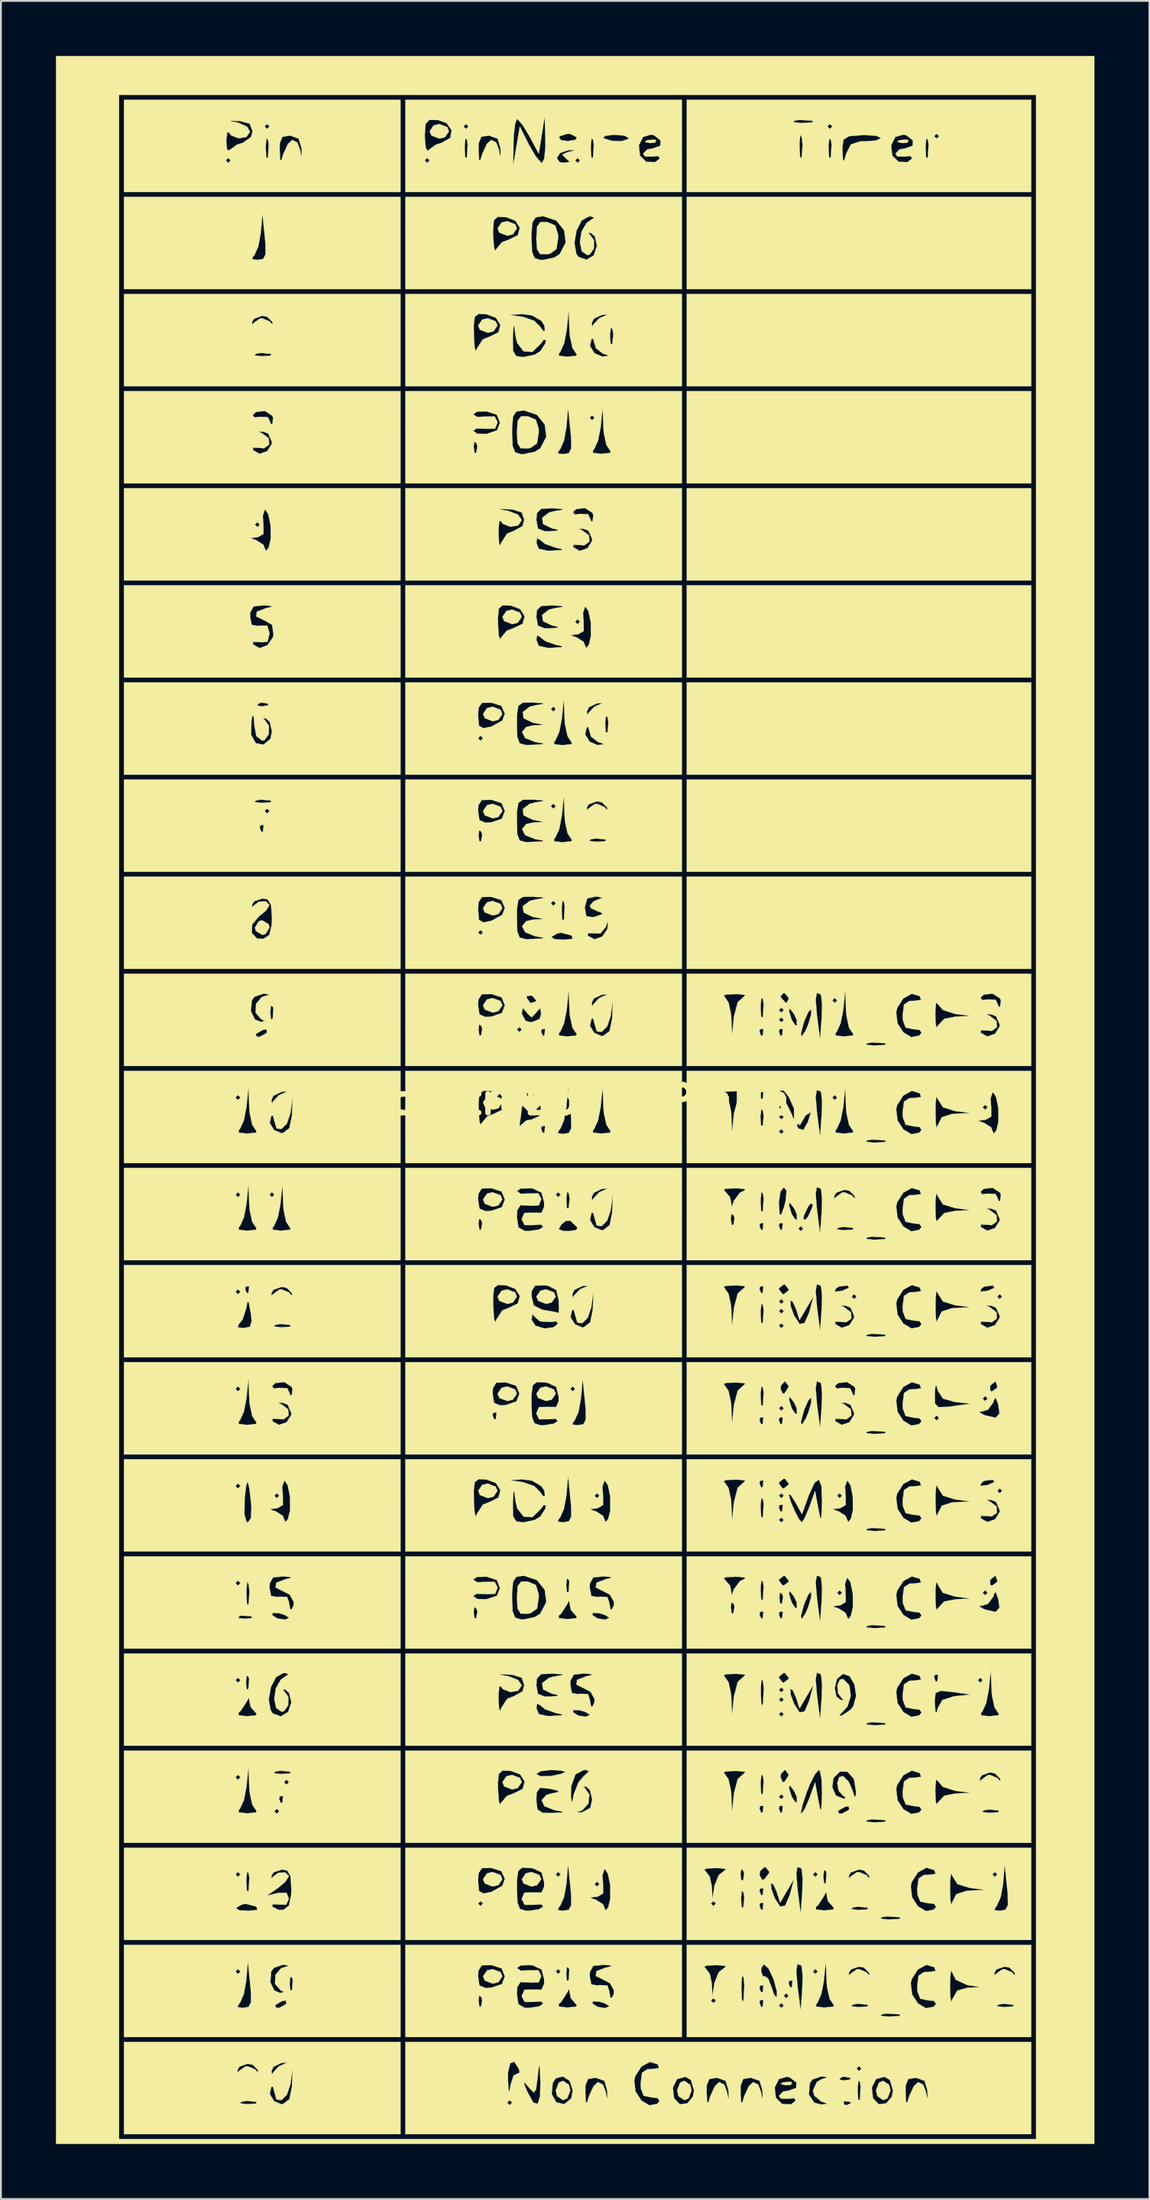
<source format=kicad_pcb>
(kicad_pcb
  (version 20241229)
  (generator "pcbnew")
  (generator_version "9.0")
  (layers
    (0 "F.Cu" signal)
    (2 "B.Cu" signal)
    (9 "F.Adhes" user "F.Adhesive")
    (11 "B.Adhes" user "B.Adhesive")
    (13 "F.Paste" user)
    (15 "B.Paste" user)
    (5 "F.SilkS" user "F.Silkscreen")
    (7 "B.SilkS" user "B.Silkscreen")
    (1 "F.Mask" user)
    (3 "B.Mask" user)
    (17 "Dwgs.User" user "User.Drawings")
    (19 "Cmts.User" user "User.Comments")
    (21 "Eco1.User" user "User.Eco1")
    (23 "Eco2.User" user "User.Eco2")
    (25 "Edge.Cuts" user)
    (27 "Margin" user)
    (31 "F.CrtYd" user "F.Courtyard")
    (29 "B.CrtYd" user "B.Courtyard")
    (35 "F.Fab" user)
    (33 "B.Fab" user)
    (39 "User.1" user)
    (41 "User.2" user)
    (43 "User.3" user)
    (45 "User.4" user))
  (footprint "MechatroBoard_PinMap"
    (layer "F.Cu")
    (at 28.315 56.89)
    (property "Reference" "MechatroBoard_PinMap" (at 0 0 0) (layer "F.SilkS") (effects (font (size 1.524 1.524) (thickness 0.3))))
    (attr through_hole)
    (fp_poly (pts (xy 24.871 -44.185) (xy 6.085 -44.185) (xy 6.085 -49.212) (xy 24.871 -49.212) (xy 24.871 -44.185)) (stroke (width 0.01) (type solid)) (fill yes) (layer "F.SilkS"))
    (fp_poly (pts (xy 24.871 -38.894) (xy 6.085 -38.894) (xy 6.085 -43.921) (xy 24.871 -43.921) (xy 24.871 -38.894)) (stroke (width 0.01) (type solid)) (fill yes) (layer "F.SilkS"))
    (fp_poly (pts (xy 24.871 -33.602) (xy 6.085 -33.602) (xy 6.085 -38.629) (xy 24.871 -38.629) (xy 24.871 -33.602)) (stroke (width 0.01) (type solid)) (fill yes) (layer "F.SilkS"))
    (fp_poly (pts (xy 24.871 -28.31) (xy 6.085 -28.31) (xy 6.085 -33.337) (xy 24.871 -33.337) (xy 24.871 -28.31)) (stroke (width 0.01) (type solid)) (fill yes) (layer "F.SilkS"))
    (fp_poly (pts (xy 24.871 -23.019) (xy 6.085 -23.019) (xy 6.085 -28.046) (xy 24.871 -28.046) (xy 24.871 -23.019)) (stroke (width 0.01) (type solid)) (fill yes) (layer "F.SilkS"))
    (fp_poly (pts (xy 24.871 -17.727) (xy 6.085 -17.727) (xy 6.085 -22.754) (xy 24.871 -22.754) (xy 24.871 -17.727)) (stroke (width 0.01) (type solid)) (fill yes) (layer "F.SilkS"))
    (fp_poly (pts (xy 24.871 -12.435) (xy 6.085 -12.435) (xy 6.085 -17.462) (xy 24.871 -17.462) (xy 24.871 -12.435)) (stroke (width 0.01) (type solid)) (fill yes) (layer "F.SilkS"))
    (fp_poly (pts (xy 24.871 -7.144) (xy 6.085 -7.144) (xy 6.085 -12.171) (xy 24.871 -12.171) (xy 24.871 -7.144)) (stroke (width 0.01) (type solid)) (fill yes) (layer "F.SilkS"))
    (fp_poly (pts (xy 4.426 -52.283) (xy 4.347 -52.163) (xy 4.079 -52.144) (xy 3.797 -52.208) (xy 3.919 -52.304) (xy 4.333 -52.335) (xy 4.426 -52.283)) (stroke (width 0.01) (type solid)) (fill yes) (layer "F.SilkS"))
    (fp_poly (pts (xy 11.835 53.551) (xy 11.756 53.671) (xy 11.487 53.69) (xy 11.205 53.625) (xy 11.327 53.53) (xy 11.741 53.498) (xy 11.835 53.551)) (stroke (width 0.01) (type solid)) (fill yes) (layer "F.SilkS"))
    (fp_poly (pts (xy 18.185 -52.283) (xy 18.106 -52.163) (xy 17.837 -52.144) (xy 17.555 -52.208) (xy 17.677 -52.304) (xy 18.091 -52.335) (xy 18.185 -52.283)) (stroke (width 0.01) (type solid)) (fill yes) (layer "F.SilkS"))
    (fp_poly (pts (xy -16.715 -9.578) (xy -16.669 -9.393) (xy -16.881 -9.042) (xy -17.066 -8.996) (xy -17.416 -9.208) (xy -17.462 -9.393) (xy -17.251 -9.743) (xy -17.066 -9.79) (xy -16.715 -9.578)) (stroke (width 0.01) (type solid)) (fill yes) (layer "F.SilkS"))
    (fp_poly (pts (xy -6.977 -53.016) (xy -6.879 -52.784) (xy -7.1 -52.461) (xy -7.408 -52.388) (xy -7.839 -52.553) (xy -7.938 -52.784) (xy -7.717 -53.108) (xy -7.408 -53.181) (xy -6.977 -53.016)) (stroke (width 0.01) (type solid)) (fill yes) (layer "F.SilkS"))
    (fp_poly (pts (xy -4.332 -42.432) (xy -4.233 -42.201) (xy -4.454 -41.878) (xy -4.763 -41.804) (xy -5.193 -41.97) (xy -5.292 -42.201) (xy -5.071 -42.524) (xy -4.763 -42.598) (xy -4.332 -42.432)) (stroke (width 0.01) (type solid)) (fill yes) (layer "F.SilkS"))
    (fp_poly (pts (xy -4.332 21.068) (xy -4.233 21.299) (xy -4.454 21.622) (xy -4.763 21.696) (xy -5.193 21.53) (xy -5.292 21.299) (xy -5.071 20.976) (xy -4.763 20.902) (xy -4.332 21.068)) (stroke (width 0.01) (type solid)) (fill yes) (layer "F.SilkS"))
    (fp_poly (pts (xy -4.067 -21.266) (xy -3.969 -21.034) (xy -4.189 -20.711) (xy -4.498 -20.637) (xy -4.929 -20.803) (xy -5.027 -21.034) (xy -4.807 -21.358) (xy -4.498 -21.431) (xy -4.067 -21.266)) (stroke (width 0.01) (type solid)) (fill yes) (layer "F.SilkS"))
    (fp_poly (pts (xy -4.067 -15.974) (xy -3.969 -15.743) (xy -4.189 -15.419) (xy -4.498 -15.346) (xy -4.929 -15.511) (xy -5.027 -15.743) (xy -4.807 -16.066) (xy -4.498 -16.14) (xy -4.067 -15.974)) (stroke (width 0.01) (type solid)) (fill yes) (layer "F.SilkS"))
    (fp_poly (pts (xy -4.067 -10.682) (xy -3.969 -10.451) (xy -4.189 -10.128) (xy -4.498 -10.054) (xy -4.929 -10.22) (xy -5.027 -10.451) (xy -4.807 -10.774) (xy -4.498 -10.848) (xy -4.067 -10.682)) (stroke (width 0.01) (type solid)) (fill yes) (layer "F.SilkS"))
    (fp_poly (pts (xy -4.067 -5.391) (xy -3.969 -5.159) (xy -4.189 -4.836) (xy -4.498 -4.763) (xy -4.929 -4.928) (xy -5.027 -5.159) (xy -4.807 -5.483) (xy -4.498 -5.556) (xy -4.067 -5.391)) (stroke (width 0.01) (type solid)) (fill yes) (layer "F.SilkS"))
    (fp_poly (pts (xy -4.067 -0.099) (xy -3.969 0.132) (xy -4.189 0.456) (xy -4.498 0.529) (xy -4.929 0.364) (xy -5.027 0.132) (xy -4.807 -0.191) (xy -4.498 -0.265) (xy -4.067 -0.099)) (stroke (width 0.01) (type solid)) (fill yes) (layer "F.SilkS"))
    (fp_poly (pts (xy -4.067 5.193) (xy -3.969 5.424) (xy -4.189 5.747) (xy -4.498 5.821) (xy -4.929 5.655) (xy -5.027 5.424) (xy -4.807 5.101) (xy -4.498 5.027) (xy -4.067 5.193)) (stroke (width 0.01) (type solid)) (fill yes) (layer "F.SilkS"))
    (fp_poly (pts (xy -4.067 42.234) (xy -3.969 42.466) (xy -4.189 42.789) (xy -4.498 42.862) (xy -4.929 42.697) (xy -5.027 42.466) (xy -4.807 42.142) (xy -4.498 42.069) (xy -4.067 42.234)) (stroke (width 0.01) (type solid)) (fill yes) (layer "F.SilkS"))
    (fp_poly (pts (xy -4.067 47.526) (xy -3.969 47.757) (xy -4.189 48.081) (xy -4.498 48.154) (xy -4.929 47.989) (xy -5.027 47.757) (xy -4.807 47.434) (xy -4.498 47.36) (xy -4.067 47.526)) (stroke (width 0.01) (type solid)) (fill yes) (layer "F.SilkS"))
    (fp_poly (pts (xy -3.273 -47.724) (xy -3.175 -47.493) (xy -3.396 -47.169) (xy -3.704 -47.096) (xy -4.135 -47.261) (xy -4.233 -47.493) (xy -4.013 -47.816) (xy -3.704 -47.89) (xy -3.273 -47.724)) (stroke (width 0.01) (type solid)) (fill yes) (layer "F.SilkS"))
    (fp_poly (pts (xy -3.273 10.484) (xy -3.175 10.716) (xy -3.396 11.039) (xy -3.704 11.113) (xy -4.135 10.947) (xy -4.233 10.716) (xy -4.013 10.392) (xy -3.704 10.319) (xy -3.273 10.484)) (stroke (width 0.01) (type solid)) (fill yes) (layer "F.SilkS"))
    (fp_poly (pts (xy -3.273 15.776) (xy -3.175 16.007) (xy -3.396 16.331) (xy -3.704 16.404) (xy -4.135 16.239) (xy -4.233 16.007) (xy -4.013 15.684) (xy -3.704 15.61) (xy -3.273 15.776)) (stroke (width 0.01) (type solid)) (fill yes) (layer "F.SilkS"))
    (fp_poly (pts (xy -3.009 -26.557) (xy -2.91 -26.326) (xy -3.131 -26.003) (xy -3.44 -25.929) (xy -3.871 -26.095) (xy -3.969 -26.326) (xy -3.748 -26.649) (xy -3.44 -26.723) (xy -3.009 -26.557)) (stroke (width 0.01) (type solid)) (fill yes) (layer "F.SilkS"))
    (fp_poly (pts (xy -3.009 36.943) (xy -2.91 37.174) (xy -3.131 37.497) (xy -3.44 37.571) (xy -3.871 37.405) (xy -3.969 37.174) (xy -3.748 36.851) (xy -3.44 36.777) (xy -3.009 36.943)) (stroke (width 0.01) (type solid)) (fill yes) (layer "F.SilkS"))
    (fp_poly (pts (xy -1.95 42.234) (xy -1.852 42.466) (xy -2.073 42.789) (xy -2.381 42.862) (xy -2.812 42.697) (xy -2.91 42.466) (xy -2.69 42.142) (xy -2.381 42.069) (xy -1.95 42.234)) (stroke (width 0.01) (type solid)) (fill yes) (layer "F.SilkS"))
    (fp_poly (pts (xy -1.157 10.484) (xy -1.058 10.716) (xy -1.279 11.039) (xy -1.587 11.113) (xy -2.018 10.947) (xy -2.117 10.716) (xy -1.896 10.392) (xy -1.587 10.319) (xy -1.157 10.484)) (stroke (width 0.01) (type solid)) (fill yes) (layer "F.SilkS"))
    (fp_poly (pts (xy -1.157 15.776) (xy -1.058 16.007) (xy -1.279 16.331) (xy -1.587 16.404) (xy -2.018 16.239) (xy -2.117 16.007) (xy -1.896 15.684) (xy -1.587 15.61) (xy -1.157 15.776)) (stroke (width 0.01) (type solid)) (fill yes) (layer "F.SilkS"))
    (fp_poly (pts (xy -0.338 53.666) (xy -0.265 53.975) (xy -0.43 54.406) (xy -0.661 54.504) (xy -0.985 54.284) (xy -1.058 53.975) (xy -0.893 53.544) (xy -0.661 53.446) (xy -0.338 53.666)) (stroke (width 0.01) (type solid)) (fill yes) (layer "F.SilkS"))
    (fp_poly (pts (xy 6.276 53.666) (xy 6.35 53.975) (xy 6.185 54.406) (xy 5.953 54.504) (xy 5.63 54.284) (xy 5.556 53.975) (xy 5.722 53.544) (xy 5.953 53.446) (xy 6.276 53.666)) (stroke (width 0.01) (type solid)) (fill yes) (layer "F.SilkS"))
    (fp_poly (pts (xy 17.124 53.666) (xy 17.198 53.975) (xy 17.032 54.406) (xy 16.801 54.504) (xy 16.478 54.284) (xy 16.404 53.975) (xy 16.57 53.544) (xy 16.801 53.446) (xy 17.124 53.666)) (stroke (width 0.01) (type solid)) (fill yes) (layer "F.SilkS"))
    (fp_poly (pts (xy 28.31 56.885) (xy -28.31 56.885) (xy -28.31 -54.769) (xy -24.871 -54.769) (xy -24.871 56.621) (xy 25.135 56.621) (xy 25.135 -54.769) (xy -24.871 -54.769) (xy -28.31 -54.769) (xy -28.31 -56.885) (xy 28.31 -56.885) (xy 28.31 56.885)) (stroke (width 0.01) (type solid)) (fill yes) (layer "F.SilkS"))
    (fp_poly (pts (xy -2.58 -37.259) (xy -2.141 -37.071) (xy -1.99 -36.578) (xy -1.984 -36.38) (xy -2.078 -35.782) (xy -2.432 -35.53) (xy -2.58 -35.502) (xy -2.975 -35.512) (xy -3.143 -35.787) (xy -3.175 -36.38) (xy -3.134 -37.014) (xy -2.949 -37.259) (xy -2.58 -37.259)) (stroke (width 0.01) (type solid)) (fill yes) (layer "F.SilkS"))
    (fp_poly (pts (xy -2.58 26.241) (xy -2.141 26.429) (xy -1.99 26.922) (xy -1.984 27.12) (xy -2.078 27.718) (xy -2.432 27.97) (xy -2.58 27.998) (xy -2.975 27.988) (xy -3.143 27.713) (xy -3.175 27.12) (xy -3.134 26.486) (xy -2.949 26.241) (xy -2.58 26.241)) (stroke (width 0.01) (type solid)) (fill yes) (layer "F.SilkS"))
    (fp_poly (pts (xy -1.521 -47.842) (xy -1.082 -47.654) (xy -0.931 -47.161) (xy -0.926 -46.964) (xy -1.02 -46.365) (xy -1.374 -46.113) (xy -1.521 -46.085) (xy -1.917 -46.095) (xy -2.084 -46.37) (xy -2.117 -46.964) (xy -2.076 -47.597) (xy -1.891 -47.842) (xy -1.521 -47.842)) (stroke (width 0.01) (type solid)) (fill yes) (layer "F.SilkS"))
    (fp_poly (pts (xy -9.525 -44.185) (xy -24.606 -44.185) (xy -24.606 -45.82) (xy -17.622 -45.82) (xy -17.328 -45.777) (xy -17.013 -45.831) (xy -16.882 -46.09) (xy -16.893 -46.687) (xy -16.926 -47.03) (xy -17.054 -48.286) (xy -17.146 -47.232) (xy -17.276 -46.512) (xy -17.487 -46.037) (xy -17.548 -45.979) (xy -17.622 -45.82) (xy -24.606 -45.82) (xy -24.606 -49.212) (xy -9.525 -49.212) (xy -9.525 -44.185)) (stroke (width 0.01) (type solid)) (fill yes) (layer "F.SilkS"))
    (fp_poly (pts (xy -9.525 -7.144) (xy -24.606 -7.144) (xy -24.606 -9.101) (xy -17.634 -9.101) (xy -17.349 -8.801) (xy -17 -8.782) (xy -16.681 -8.994) (xy -16.548 -9.545) (xy -16.536 -9.926) (xy -16.583 -10.62) (xy -16.767 -10.925) (xy -17.044 -10.98) (xy -17.495 -10.83) (xy -17.619 -10.643) (xy -17.608 -10.489) (xy -17.553 -10.577) (xy -17.253 -10.805) (xy -16.865 -10.824) (xy -16.669 -10.621) (xy -16.669 -10.616) (xy -16.866 -10.31) (xy -17.244 -10.001) (xy -17.611 -9.562) (xy -17.634 -9.101) (xy -24.606 -9.101) (xy -24.606 -12.171) (xy -9.525 -12.171) (xy -9.525 -7.144)) (stroke (width 0.01) (type solid)) (fill yes) (layer "F.SilkS"))
    (fp_poly (pts (xy -9.525 -38.894) (xy -24.606 -38.894) (xy -24.606 -40.58) (xy -17.499 -40.58) (xy -17.148 -40.535) (xy -17.066 -40.533) (xy -16.614 -40.561) (xy -16.574 -40.644) (xy -16.598 -40.655) (xy -17.123 -40.707) (xy -17.391 -40.665) (xy -17.499 -40.58) (xy -24.606 -40.58) (xy -24.606 -42.393) (xy -17.619 -42.393) (xy -17.608 -42.239) (xy -17.553 -42.327) (xy -17.2 -42.58) (xy -17.066 -42.598) (xy -16.649 -42.423) (xy -16.578 -42.327) (xy -16.496 -42.266) (xy -16.512 -42.393) (xy -16.795 -42.677) (xy -17.066 -42.73) (xy -17.506 -42.574) (xy -17.619 -42.393) (xy -24.606 -42.393) (xy -24.606 -43.921) (xy -9.525 -43.921) (xy -9.525 -38.894)) (stroke (width 0.01) (type solid)) (fill yes) (layer "F.SilkS"))
    (fp_poly (pts (xy -9.525 -12.435) (xy -24.606 -12.435) (xy -24.606 -14.817) (xy -17.198 -14.817) (xy -17.101 -14.599) (xy -17.022 -14.64) (xy -16.99 -14.954) (xy -17.022 -14.993) (xy -17.179 -14.957) (xy -17.198 -14.817) (xy -24.606 -14.817) (xy -24.606 -15.743) (xy -16.933 -15.743) (xy -16.801 -15.61) (xy -16.669 -15.743) (xy -16.801 -15.875) (xy -16.933 -15.743) (xy -24.606 -15.743) (xy -24.606 -16.239) (xy -17.499 -16.239) (xy -17.148 -16.193) (xy -17.066 -16.191) (xy -16.614 -16.22) (xy -16.574 -16.303) (xy -16.598 -16.313) (xy -17.123 -16.365) (xy -17.391 -16.323) (xy -17.499 -16.239) (xy -24.606 -16.239) (xy -24.606 -17.462) (xy -9.525 -17.462) (xy -9.525 -12.435)) (stroke (width 0.01) (type solid)) (fill yes) (layer "F.SilkS"))
    (fp_poly (pts (xy -9.525 -28.31) (xy -24.606 -28.31) (xy -24.606 -30.622) (xy -17.698 -30.622) (xy -17.514 -30.541) (xy -17.396 -30.509) (xy -17.001 -30.259) (xy -16.929 -30.077) (xy -16.858 -29.919) (xy -16.717 -30.093) (xy -16.605 -30.563) (xy -16.61 -31.271) (xy -16.618 -31.347) (xy -16.737 -31.923) (xy -16.894 -32.159) (xy -16.927 -32.151) (xy -17.034 -31.829) (xy -16.999 -31.359) (xy -16.993 -30.846) (xy -17.301 -30.667) (xy -17.366 -30.661) (xy -17.698 -30.622) (xy -24.606 -30.622) (xy -24.606 -31.353) (xy -17.462 -31.353) (xy -17.33 -31.221) (xy -17.198 -31.353) (xy -17.33 -31.485) (xy -17.462 -31.353) (xy -24.606 -31.353) (xy -24.606 -33.337) (xy -9.525 -33.337) (xy -9.525 -28.31)) (stroke (width 0.01) (type solid)) (fill yes) (layer "F.SilkS"))
    (fp_poly (pts (xy -9.525 -23.019) (xy -24.606 -23.019) (xy -24.606 -26.351) (xy -17.727 -26.351) (xy -17.639 -25.891) (xy -17.295 -25.83) (xy -17.198 -25.853) (xy -16.787 -25.847) (xy -16.669 -25.448) (xy -16.669 -25.4) (xy -16.77 -24.968) (xy -17.155 -24.937) (xy -17.198 -24.948) (xy -17.558 -24.963) (xy -17.57 -24.832) (xy -17.211 -24.625) (xy -16.782 -24.784) (xy -16.482 -25.215) (xy -16.449 -25.356) (xy -16.531 -25.891) (xy -16.912 -26.112) (xy -17.393 -26.347) (xy -17.362 -26.609) (xy -16.867 -26.801) (xy -16.518 -26.885) (xy -16.657 -26.93) (xy -16.999 -26.951) (xy -17.534 -26.896) (xy -17.717 -26.567) (xy -17.727 -26.351) (xy -24.606 -26.351) (xy -24.606 -28.046) (xy -9.525 -28.046) (xy -9.525 -23.019)) (stroke (width 0.01) (type solid)) (fill yes) (layer "F.SilkS"))
    (fp_poly (pts (xy -9.525 -17.727) (xy -24.606 -17.727) (xy -24.606 -19.899) (xy -17.671 -19.899) (xy -17.408 -19.437) (xy -17 -19.365) (xy -16.617 -19.679) (xy -16.536 -20.09) (xy -16.659 -20.603) (xy -16.874 -20.794) (xy -17.028 -20.783) (xy -16.94 -20.728) (xy -16.698 -20.392) (xy -16.705 -19.932) (xy -16.933 -19.61) (xy -17.066 -19.579) (xy -17.386 -19.823) (xy -17.499 -20.439) (xy -17.537 -20.934) (xy -17.598 -20.923) (xy -17.652 -20.684) (xy -17.671 -19.899) (xy -24.606 -19.899) (xy -24.606 -21.495) (xy -17.348 -21.495) (xy -17.088 -21.452) (xy -16.745 -21.501) (xy -16.74 -21.591) (xy -17.095 -21.654) (xy -17.248 -21.612) (xy -17.348 -21.495) (xy -24.606 -21.495) (xy -24.606 -22.754) (xy -9.525 -22.754) (xy -9.525 -17.727)) (stroke (width 0.01) (type solid)) (fill yes) (layer "F.SilkS"))
    (fp_poly (pts (xy -9.525 -33.602) (xy -24.606 -33.602) (xy -24.606 -35.415) (xy -17.57 -35.415) (xy -17.212 -35.212) (xy -16.794 -35.356) (xy -16.546 -35.749) (xy -16.536 -35.851) (xy -16.738 -36.309) (xy -17.005 -36.416) (xy -17.267 -36.416) (xy -17.071 -36.334) (xy -16.709 -36.058) (xy -16.685 -35.713) (xy -16.965 -35.512) (xy -17.198 -35.531) (xy -17.558 -35.546) (xy -17.57 -35.415) (xy -24.606 -35.415) (xy -24.606 -37.331) (xy -17.58 -37.331) (xy -17.495 -37.196) (xy -17.198 -37.229) (xy -16.76 -37.213) (xy -16.669 -37.028) (xy -16.578 -36.813) (xy -16.51 -36.848) (xy -16.475 -37.18) (xy -16.526 -37.289) (xy -16.926 -37.546) (xy -17.405 -37.489) (xy -17.58 -37.331) (xy -24.606 -37.331) (xy -24.606 -38.629) (xy -9.525 -38.629) (xy -9.525 -33.602)) (stroke (width 0.01) (type solid)) (fill yes) (layer "F.SilkS"))
    (fp_poly (pts (xy -9.525 -1.852) (xy -24.606 -1.852) (xy -24.606 -3.592) (xy -17.424 -3.592) (xy -17.362 -3.454) (xy -17.214 -3.44) (xy -16.855 -3.632) (xy -16.803 -3.701) (xy -16.846 -3.851) (xy -17.052 -3.805) (xy -17.424 -3.592) (xy -24.606 -3.592) (xy -24.606 -4.844) (xy -17.683 -4.844) (xy -17.461 -4.386) (xy -17.14 -4.254) (xy -16.943 -4.309) (xy -17.132 -4.409) (xy -17.427 -4.753) (xy -17.426 -4.763) (xy -16.627 -4.763) (xy -16.585 -4.387) (xy -16.494 -4.432) (xy -16.459 -4.973) (xy -16.494 -5.093) (xy -16.59 -5.126) (xy -16.627 -4.763) (xy -17.426 -4.763) (xy -17.406 -5.238) (xy -17.099 -5.602) (xy -16.999 -5.638) (xy -16.679 -5.739) (xy -16.877 -5.781) (xy -17.008 -5.79) (xy -17.485 -5.624) (xy -17.631 -5.424) (xy -17.683 -4.844) (xy -24.606 -4.844) (xy -24.606 -6.879) (xy -9.525 -6.879) (xy -9.525 -1.852)) (stroke (width 0.01) (type solid)) (fill yes) (layer "F.SilkS"))
    (fp_poly (pts (xy -9.525 8.731) (xy -24.606 8.731) (xy -24.606 7.069) (xy -18.345 7.069) (xy -17.919 7.12) (xy -17.859 7.119) (xy -17.409 7.072) (xy -17.408 7.069) (xy -16.493 7.069) (xy -16.067 7.12) (xy -16.007 7.119) (xy -15.557 7.072) (xy -15.52 6.979) (xy -15.544 6.969) (xy -15.76 6.644) (xy -15.9 5.992) (xy -15.919 5.733) (xy -15.964 4.63) (xy -16.071 5.685) (xy -16.212 6.404) (xy -16.428 6.88) (xy -16.49 6.938) (xy -16.493 7.069) (xy -17.408 7.069) (xy -17.372 6.979) (xy -17.396 6.969) (xy -17.612 6.644) (xy -17.752 5.992) (xy -17.772 5.733) (xy -17.795 5.159) (xy -16.669 5.159) (xy -16.536 5.292) (xy -16.404 5.159) (xy -16.536 5.027) (xy -16.669 5.159) (xy -17.795 5.159) (xy -17.816 4.63) (xy -17.924 5.685) (xy -18.064 6.404) (xy -18.28 6.88) (xy -18.342 6.938) (xy -18.345 7.069) (xy -24.606 7.069) (xy -24.606 5.159) (xy -18.521 5.159) (xy -18.389 5.292) (xy -18.256 5.159) (xy -18.389 5.027) (xy -18.521 5.159) (xy -24.606 5.159) (xy -24.606 3.704) (xy -9.525 3.704) (xy -9.525 8.731)) (stroke (width 0.01) (type solid)) (fill yes) (layer "F.SilkS"))
    (fp_poly (pts (xy -9.525 24.606) (xy -24.606 24.606) (xy -24.606 22.572) (xy -18.036 22.572) (xy -17.921 22.984) (xy -17.848 23.019) (xy -17.683 22.783) (xy -17.661 22.295) (xy -16.64 22.295) (xy -16.455 22.376) (xy -16.338 22.407) (xy -15.943 22.657) (xy -15.871 22.84) (xy -15.8 22.998) (xy -15.659 22.824) (xy -15.547 22.354) (xy -15.551 21.646) (xy -15.56 21.569) (xy -15.679 20.994) (xy -15.836 20.758) (xy -15.868 20.766) (xy -15.975 21.088) (xy -15.941 21.557) (xy -15.935 22.071) (xy -16.243 22.25) (xy -16.307 22.256) (xy -16.64 22.295) (xy -17.661 22.295) (xy -17.655 22.168) (xy -17.667 22.027) (xy -17.721 21.564) (xy -16.404 21.564) (xy -16.272 21.696) (xy -16.14 21.564) (xy -16.272 21.431) (xy -16.404 21.564) (xy -17.721 21.564) (xy -17.769 21.155) (xy -17.855 20.807) (xy -17.933 20.974) (xy -18.013 21.652) (xy -18.022 21.762) (xy -18.036 22.572) (xy -24.606 22.572) (xy -24.606 21.034) (xy -18.521 21.034) (xy -18.389 21.167) (xy -18.256 21.034) (xy -18.389 20.902) (xy -18.521 21.034) (xy -24.606 21.034) (xy -24.606 19.579) (xy -9.525 19.579) (xy -9.525 24.606)) (stroke (width 0.01) (type solid)) (fill yes) (layer "F.SilkS"))
    (fp_poly (pts (xy -9.525 3.44) (xy -24.606 3.44) (xy -24.606 1.777) (xy -18.345 1.777) (xy -17.919 1.828) (xy -17.859 1.827) (xy -17.409 1.78) (xy -17.372 1.688) (xy -17.396 1.677) (xy -17.612 1.352) (xy -17.635 1.248) (xy -16.654 1.248) (xy -16.418 1.636) (xy -16.014 1.811) (xy -15.942 1.803) (xy -15.587 1.535) (xy -15.446 0.855) (xy -15.444 0.792) (xy -15.409 -0.132) (xy -15.527 0.728) (xy -15.715 1.283) (xy -16.011 1.58) (xy -16.284 1.555) (xy -16.404 1.147) (xy -16.48 0.852) (xy -16.569 0.871) (xy -16.654 1.248) (xy -17.635 1.248) (xy -17.752 0.701) (xy -17.772 0.441) (xy -17.789 0.003) (xy -16.559 0.003) (xy -16.532 0.189) (xy -16.48 0.082) (xy -16.158 -0.26) (xy -15.925 -0.365) (xy -15.699 -0.455) (xy -15.985 -0.447) (xy -16.004 -0.445) (xy -16.447 -0.232) (xy -16.559 0.003) (xy -17.789 0.003) (xy -17.816 -0.661) (xy -17.924 0.393) (xy -18.064 1.113) (xy -18.28 1.588) (xy -18.342 1.646) (xy -18.345 1.777) (xy -24.606 1.777) (xy -24.606 -0.132) (xy -18.521 -0.132) (xy -18.389 0) (xy -18.256 -0.132) (xy -18.389 -0.265) (xy -18.521 -0.132) (xy -24.606 -0.132) (xy -24.606 -1.587) (xy -9.525 -1.587) (xy -9.525 3.44)) (stroke (width 0.01) (type solid)) (fill yes) (layer "F.SilkS"))
    (fp_poly (pts (xy -9.525 14.023) (xy -24.606 14.023) (xy -24.606 12.387) (xy -18.404 12.387) (xy -18.104 12.431) (xy -17.738 12.36) (xy -17.731 12.336) (xy -16.441 12.336) (xy -16.089 12.382) (xy -16.007 12.384) (xy -15.555 12.355) (xy -15.516 12.272) (xy -15.539 12.262) (xy -16.064 12.21) (xy -16.333 12.252) (xy -16.441 12.336) (xy -17.731 12.336) (xy -17.641 12.038) (xy -17.697 11.576) (xy -17.799 11.04) (xy -17.868 10.996) (xy -17.942 11.377) (xy -18.132 11.958) (xy -18.349 12.233) (xy -18.404 12.387) (xy -24.606 12.387) (xy -24.606 10.451) (xy -18.521 10.451) (xy -18.389 10.583) (xy -18.256 10.451) (xy -18.389 10.319) (xy -17.992 10.319) (xy -17.895 10.537) (xy -17.87 10.524) (xy -16.561 10.524) (xy -16.55 10.678) (xy -16.495 10.59) (xy -16.142 10.337) (xy -16.007 10.319) (xy -15.591 10.493) (xy -15.52 10.59) (xy -15.438 10.65) (xy -15.454 10.524) (xy -15.736 10.239) (xy -16.007 10.186) (xy -16.448 10.343) (xy -16.561 10.524) (xy -17.87 10.524) (xy -17.815 10.495) (xy -17.784 10.181) (xy -17.815 10.142) (xy -17.973 10.179) (xy -17.992 10.319) (xy -18.389 10.319) (xy -18.521 10.451) (xy -24.606 10.451) (xy -24.606 8.996) (xy -9.525 8.996) (xy -9.525 14.023)) (stroke (width 0.01) (type solid)) (fill yes) (layer "F.SilkS"))
    (fp_poly (pts (xy -9.525 19.315) (xy -24.606 19.315) (xy -24.606 17.652) (xy -18.345 17.652) (xy -17.919 17.703) (xy -17.859 17.702) (xy -17.409 17.655) (xy -17.372 17.563) (xy -17.396 17.552) (xy -17.43 17.502) (xy -16.512 17.502) (xy -16.154 17.704) (xy -15.735 17.561) (xy -15.487 17.168) (xy -15.478 17.066) (xy -15.679 16.608) (xy -15.946 16.501) (xy -16.209 16.501) (xy -16.012 16.583) (xy -15.65 16.858) (xy -15.626 17.204) (xy -15.906 17.405) (xy -16.14 17.386) (xy -16.5 17.371) (xy -16.512 17.502) (xy -17.43 17.502) (xy -17.612 17.227) (xy -17.752 16.576) (xy -17.772 16.316) (xy -17.801 15.586) (xy -16.521 15.586) (xy -16.437 15.721) (xy -16.14 15.687) (xy -15.701 15.703) (xy -15.61 15.888) (xy -15.52 16.104) (xy -15.452 16.069) (xy -15.417 15.736) (xy -15.467 15.628) (xy -15.868 15.371) (xy -16.347 15.427) (xy -16.521 15.586) (xy -17.801 15.586) (xy -17.816 15.214) (xy -17.924 16.268) (xy -18.064 16.988) (xy -18.28 17.463) (xy -18.342 17.521) (xy -18.345 17.652) (xy -24.606 17.652) (xy -24.606 15.743) (xy -18.521 15.743) (xy -18.389 15.875) (xy -18.256 15.743) (xy -18.389 15.61) (xy -18.521 15.743) (xy -24.606 15.743) (xy -24.606 14.287) (xy -9.525 14.287) (xy -9.525 19.315)) (stroke (width 0.01) (type solid)) (fill yes) (layer "F.SilkS"))
    (fp_poly (pts (xy -9.525 56.356) (xy -24.606 56.356) (xy -24.606 54.67) (xy -18.293 54.67) (xy -17.942 54.715) (xy -17.859 54.717) (xy -17.408 54.689) (xy -17.368 54.606) (xy -17.391 54.595) (xy -17.917 54.543) (xy -18.185 54.585) (xy -18.293 54.67) (xy -24.606 54.67) (xy -24.606 54.164) (xy -16.654 54.164) (xy -16.418 54.553) (xy -16.014 54.727) (xy -15.942 54.72) (xy -15.587 54.452) (xy -15.446 53.772) (xy -15.444 53.708) (xy -15.409 52.784) (xy -15.527 53.644) (xy -15.715 54.2) (xy -16.011 54.497) (xy -16.284 54.471) (xy -16.404 54.063) (xy -16.48 53.768) (xy -16.569 53.787) (xy -16.654 54.164) (xy -24.606 54.164) (xy -24.606 52.857) (xy -18.413 52.857) (xy -18.402 53.011) (xy -18.347 52.923) (xy -17.994 52.67) (xy -17.859 52.652) (xy -17.443 52.827) (xy -17.372 52.923) (xy -17.29 52.984) (xy -17.298 52.92) (xy -16.559 52.92) (xy -16.532 53.105) (xy -16.48 52.999) (xy -16.158 52.657) (xy -15.925 52.551) (xy -15.699 52.461) (xy -15.985 52.47) (xy -16.004 52.472) (xy -16.447 52.684) (xy -16.559 52.92) (xy -17.298 52.92) (xy -17.306 52.857) (xy -17.588 52.573) (xy -17.859 52.52) (xy -18.3 52.676) (xy -18.413 52.857) (xy -24.606 52.857) (xy -24.606 51.329) (xy -9.525 51.329) (xy -9.525 56.356)) (stroke (width 0.01) (type solid)) (fill yes) (layer "F.SilkS"))
    (fp_poly (pts (xy -9.525 51.065) (xy -24.606 51.065) (xy -24.606 49.43) (xy -18.416 49.43) (xy -18.122 49.473) (xy -17.807 49.419) (xy -17.759 49.325) (xy -16.366 49.325) (xy -16.304 49.463) (xy -16.155 49.477) (xy -15.796 49.285) (xy -15.745 49.216) (xy -15.787 49.065) (xy -15.994 49.112) (xy -16.366 49.325) (xy -17.759 49.325) (xy -17.676 49.16) (xy -17.687 48.563) (xy -17.72 48.22) (xy -17.735 48.073) (xy -16.624 48.073) (xy -16.403 48.531) (xy -16.082 48.662) (xy -15.884 48.608) (xy -16.073 48.508) (xy -16.368 48.164) (xy -16.368 48.154) (xy -15.569 48.154) (xy -15.527 48.53) (xy -15.435 48.485) (xy -15.4 47.943) (xy -15.435 47.823) (xy -15.532 47.79) (xy -15.569 48.154) (xy -16.368 48.154) (xy -16.348 47.679) (xy -16.04 47.315) (xy -15.941 47.278) (xy -15.621 47.178) (xy -15.818 47.136) (xy -15.949 47.127) (xy -16.426 47.292) (xy -16.573 47.493) (xy -16.624 48.073) (xy -17.735 48.073) (xy -17.848 46.964) (xy -17.94 48.018) (xy -18.07 48.738) (xy -18.281 49.213) (xy -18.342 49.271) (xy -18.416 49.43) (xy -24.606 49.43) (xy -24.606 47.493) (xy -18.521 47.493) (xy -18.389 47.625) (xy -18.256 47.493) (xy -18.389 47.36) (xy -18.521 47.493) (xy -24.606 47.493) (xy -24.606 46.038) (xy -9.525 46.038) (xy -9.525 51.065)) (stroke (width 0.01) (type solid)) (fill yes) (layer "F.SilkS"))
    (fp_poly (pts (xy -9.525 40.481) (xy -24.606 40.481) (xy -24.606 38.819) (xy -18.345 38.819) (xy -17.919 38.87) (xy -17.859 38.869) (xy -17.409 38.822) (xy -17.385 38.761) (xy -16.404 38.761) (xy -16.272 38.894) (xy -16.14 38.761) (xy -16.272 38.629) (xy -16.404 38.761) (xy -17.385 38.761) (xy -17.372 38.729) (xy -17.396 38.719) (xy -17.612 38.394) (xy -17.675 38.1) (xy -16.14 38.1) (xy -16.043 38.318) (xy -15.963 38.276) (xy -15.932 37.962) (xy -15.963 37.924) (xy -16.12 37.96) (xy -16.14 38.1) (xy -17.675 38.1) (xy -17.752 37.742) (xy -17.772 37.483) (xy -17.784 37.174) (xy -15.875 37.174) (xy -15.743 37.306) (xy -15.61 37.174) (xy -15.743 37.042) (xy -15.875 37.174) (xy -17.784 37.174) (xy -17.804 36.678) (xy -16.441 36.678) (xy -16.089 36.724) (xy -16.007 36.726) (xy -15.555 36.697) (xy -15.516 36.614) (xy -15.539 36.604) (xy -16.064 36.551) (xy -16.333 36.594) (xy -16.441 36.678) (xy -17.804 36.678) (xy -17.816 36.38) (xy -17.924 37.435) (xy -18.064 38.154) (xy -18.28 38.63) (xy -18.342 38.688) (xy -18.345 38.819) (xy -24.606 38.819) (xy -24.606 36.909) (xy -18.521 36.909) (xy -18.389 37.042) (xy -18.256 36.909) (xy -18.389 36.777) (xy -18.521 36.909) (xy -24.606 36.909) (xy -24.606 35.454) (xy -9.525 35.454) (xy -9.525 40.481)) (stroke (width 0.01) (type solid)) (fill yes) (layer "F.SilkS"))
    (fp_poly (pts (xy -9.525 45.773) (xy -24.606 45.773) (xy -24.606 44.035) (xy -18.499 44.035) (xy -18.32 44.152) (xy -17.793 44.181) (xy -17.336 44.136) (xy -17.367 43.991) (xy -17.439 43.941) (xy -17.964 43.805) (xy -18.166 43.841) (xy -18.499 44.035) (xy -24.606 44.035) (xy -24.606 43.354) (xy -16.801 43.354) (xy -16.206 43.21) (xy -15.74 43.199) (xy -15.61 43.524) (xy -15.757 43.857) (xy -16.14 43.844) (xy -16.5 43.829) (xy -16.512 43.96) (xy -16.151 44.139) (xy -15.916 44.13) (xy -15.609 43.898) (xy -15.486 43.293) (xy -15.478 42.991) (xy -15.525 42.297) (xy -15.709 41.991) (xy -15.985 41.936) (xy -16.437 42.087) (xy -16.561 42.274) (xy -16.55 42.428) (xy -16.495 42.34) (xy -16.195 42.112) (xy -15.807 42.093) (xy -15.61 42.296) (xy -15.61 42.301) (xy -15.806 42.608) (xy -16.206 42.944) (xy -16.801 43.354) (xy -24.606 43.354) (xy -24.606 42.598) (xy -17.93 42.598) (xy -17.903 43.079) (xy -17.834 43.136) (xy -17.809 43.061) (xy -17.768 42.39) (xy -17.809 42.135) (xy -17.886 42.053) (xy -17.928 42.418) (xy -17.93 42.598) (xy -24.606 42.598) (xy -24.606 42.201) (xy -18.521 42.201) (xy -18.389 42.333) (xy -18.256 42.201) (xy -18.389 42.069) (xy -18.521 42.201) (xy -24.606 42.201) (xy -24.606 40.746) (xy -9.525 40.746) (xy -9.525 45.773)) (stroke (width 0.01) (type solid)) (fill yes) (layer "F.SilkS"))
    (fp_poly (pts (xy -9.525 35.19) (xy -24.606 35.19) (xy -24.606 33.4) (xy -18.362 33.4) (xy -18.346 33.527) (xy -17.918 33.578) (xy -17.859 33.577) (xy -17.409 33.53) (xy -17.372 33.438) (xy -17.396 33.427) (xy -17.698 33.078) (xy -17.748 32.852) (xy -17.778 32.665) (xy -16.708 32.665) (xy -16.606 33.256) (xy -16.483 33.435) (xy -16.052 33.586) (xy -15.654 33.346) (xy -15.478 32.829) (xy -15.478 32.827) (xy -15.6 32.313) (xy -15.815 32.123) (xy -15.969 32.134) (xy -15.882 32.189) (xy -15.64 32.525) (xy -15.647 32.985) (xy -15.874 33.306) (xy -16.007 33.337) (xy -16.308 33.127) (xy -16.411 32.631) (xy -16.322 32.051) (xy -16.05 31.588) (xy -15.941 31.507) (xy -15.634 31.296) (xy -15.789 31.233) (xy -15.913 31.229) (xy -16.309 31.45) (xy -16.592 31.996) (xy -16.708 32.665) (xy -17.778 32.665) (xy -17.793 32.571) (xy -17.918 32.804) (xy -17.92 32.808) (xy -18.229 33.284) (xy -18.362 33.4) (xy -24.606 33.4) (xy -24.606 31.618) (xy -18.521 31.618) (xy -18.389 31.75) (xy -17.95 31.75) (xy -17.908 32.126) (xy -17.816 32.081) (xy -17.781 31.539) (xy -17.816 31.419) (xy -17.913 31.386) (xy -17.95 31.75) (xy -18.389 31.75) (xy -18.256 31.618) (xy -18.389 31.485) (xy -18.521 31.618) (xy -24.606 31.618) (xy -24.606 30.163) (xy -9.525 30.163) (xy -9.525 35.19)) (stroke (width 0.01) (type solid)) (fill yes) (layer "F.SilkS"))
    (fp_poly (pts (xy -9.525 29.898) (xy -24.606 29.898) (xy -24.606 28.232) (xy -18.356 28.232) (xy -17.992 28.269) (xy -17.616 28.227) (xy -17.661 28.135) (xy -18.203 28.1) (xy -18.322 28.135) (xy -18.356 28.232) (xy -24.606 28.232) (xy -24.606 28.071) (xy -16.521 28.071) (xy -16.232 28.252) (xy -15.833 28.318) (xy -15.612 28.224) (xy -15.61 28.209) (xy -15.829 28.07) (xy -16.14 27.969) (xy -16.498 27.952) (xy -16.521 28.071) (xy -24.606 28.071) (xy -24.606 26.855) (xy -17.925 26.855) (xy -17.904 27.4) (xy -17.844 27.54) (xy -17.81 27.454) (xy -17.761 26.818) (xy -17.787 26.566) (xy -16.669 26.566) (xy -16.581 27.026) (xy -16.237 27.087) (xy -16.14 27.064) (xy -15.706 27.082) (xy -15.61 27.354) (xy -15.543 27.726) (xy -15.478 27.781) (xy -15.363 27.564) (xy -15.346 27.36) (xy -15.568 26.959) (xy -15.875 26.8) (xy -16.34 26.566) (xy -16.299 26.305) (xy -15.809 26.116) (xy -15.46 26.032) (xy -15.599 25.987) (xy -15.941 25.965) (xy -16.475 26.021) (xy -16.658 26.349) (xy -16.669 26.566) (xy -17.787 26.566) (xy -17.805 26.395) (xy -17.874 26.249) (xy -17.918 26.567) (xy -17.925 26.855) (xy -24.606 26.855) (xy -24.606 26.326) (xy -18.521 26.326) (xy -18.389 26.458) (xy -18.256 26.326) (xy -18.389 26.194) (xy -18.521 26.326) (xy -24.606 26.326) (xy -24.606 24.871) (xy -9.525 24.871) (xy -9.525 29.898)) (stroke (width 0.01) (type solid)) (fill yes) (layer "F.SilkS"))
    (fp_poly (pts (xy 5.821 -44.185) (xy -9.26 -44.185) (xy -9.26 -47.43) (xy -4.474 -47.43) (xy -4.467 -47.047) (xy -4.427 -46.463) (xy -4.358 -46.269) (xy -4.319 -46.352) (xy -3.99 -46.744) (xy -3.622 -46.881) (xy -3.453 -46.964) (xy -2.381 -46.964) (xy -2.351 -46.226) (xy -2.214 -45.877) (xy -1.898 -45.776) (xy -1.773 -45.773) (xy -1.151 -45.904) (xy -0.847 -46.09) (xy -0.524 -46.71) (xy -0.039 -46.71) (xy 0.063 -46.119) (xy 0.186 -45.94) (xy 0.617 -45.789) (xy 1.015 -46.029) (xy 1.191 -46.546) (xy 1.191 -46.548) (xy 1.069 -47.062) (xy 0.853 -47.252) (xy 0.7 -47.241) (xy 0.787 -47.186) (xy 1.029 -46.85) (xy 1.022 -46.39) (xy 0.794 -46.069) (xy 0.661 -46.038) (xy 0.36 -46.248) (xy 0.258 -46.744) (xy 0.346 -47.324) (xy 0.619 -47.787) (xy 0.728 -47.868) (xy 1.035 -48.079) (xy 0.88 -48.142) (xy 0.756 -48.146) (xy 0.359 -47.925) (xy 0.077 -47.379) (xy -0.039 -46.71) (xy -0.524 -46.71) (xy -0.516 -46.725) (xy -0.602 -47.391) (xy -1.031 -47.922) (xy -1.728 -48.153) (xy -1.773 -48.154) (xy -2.149 -48.096) (xy -2.328 -47.828) (xy -2.38 -47.209) (xy -2.381 -46.964) (xy -3.453 -46.964) (xy -3.13 -47.121) (xy -3.019 -47.526) (xy -3.267 -47.916) (xy -3.77 -48.106) (xy -4.223 -48.122) (xy -4.428 -47.942) (xy -4.474 -47.43) (xy -9.26 -47.43) (xy -9.26 -49.212) (xy 5.821 -49.212) (xy 5.821 -44.185)) (stroke (width 0.01) (type solid)) (fill yes) (layer "F.SilkS"))
    (fp_poly (pts (xy -9.525 -49.477) (xy -24.606 -49.477) (xy -24.606 -51.197) (xy -19.05 -51.197) (xy -18.918 -51.065) (xy -18.785 -51.197) (xy -18.918 -51.329) (xy -19.05 -51.197) (xy -24.606 -51.197) (xy -24.606 -52.255) (xy -19.025 -52.255) (xy -18.984 -51.796) (xy -18.862 -51.741) (xy -18.848 -51.762) (xy -18.716 -51.858) (xy -16.872 -51.858) (xy -16.844 -51.377) (xy -16.776 -51.32) (xy -16.751 -51.395) (xy -16.729 -51.756) (xy -16.113 -51.756) (xy -16.084 -51.232) (xy -16.023 -51.204) (xy -15.907 -51.574) (xy -15.661 -52.103) (xy -15.424 -52.317) (xy -15.152 -52.177) (xy -15.009 -51.808) (xy -14.93 -51.414) (xy -14.913 -51.529) (xy -14.923 -51.858) (xy -15.078 -52.384) (xy -15.544 -52.55) (xy -15.961 -52.486) (xy -16.108 -52.136) (xy -16.113 -51.756) (xy -16.729 -51.756) (xy -16.71 -52.066) (xy -16.751 -52.321) (xy -16.828 -52.404) (xy -16.869 -52.038) (xy -16.872 -51.858) (xy -18.716 -51.858) (xy -18.445 -52.058) (xy -18.124 -52.162) (xy -17.676 -52.472) (xy -17.595 -52.788) (xy -17.692 -53.049) (xy -16.933 -53.049) (xy -16.801 -52.917) (xy -16.669 -53.049) (xy -16.801 -53.181) (xy -16.933 -53.049) (xy -17.692 -53.049) (xy -17.748 -53.197) (xy -18.282 -53.344) (xy -18.326 -53.346) (xy -18.795 -53.36) (xy -18.751 -53.328) (xy -18.392 -53.262) (xy -17.893 -53.045) (xy -17.727 -52.767) (xy -17.927 -52.471) (xy -18.357 -52.399) (xy -18.765 -52.563) (xy -18.875 -52.718) (xy -18.97 -52.73) (xy -19.023 -52.318) (xy -19.025 -52.255) (xy -24.606 -52.255) (xy -24.606 -54.504) (xy -9.525 -54.504) (xy -9.525 -49.477)) (stroke (width 0.01) (type solid)) (fill yes) (layer "F.SilkS"))
    (fp_poly (pts (xy 5.821 19.315) (xy -9.26 19.315) (xy -9.26 17.198) (xy -4.498 17.198) (xy -4.401 17.416) (xy -4.322 17.374) (xy -4.29 17.06) (xy -4.322 17.022) (xy -4.479 17.058) (xy -4.498 17.198) (xy -9.26 17.198) (xy -9.26 16.007) (xy -4.498 16.007) (xy -4.424 16.504) (xy -4.092 16.642) (xy -3.77 16.62) (xy -3.472 16.519) (xy -2.381 16.519) (xy -2.354 17.261) (xy -2.223 17.615) (xy -1.912 17.722) (xy -1.735 17.727) (xy -1.421 17.68) (xy -0.16 17.68) (xy 0.134 17.723) (xy 0.45 17.669) (xy 0.58 17.41) (xy 0.569 16.813) (xy 0.537 16.47) (xy 0.408 15.214) (xy 0.317 16.268) (xy 0.186 16.988) (xy -0.024 17.463) (xy -0.086 17.521) (xy -0.16 17.68) (xy -1.421 17.68) (xy -1.186 17.644) (xy -0.95 17.501) (xy -1.058 17.375) (xy -1.463 17.399) (xy -1.965 17.401) (xy -2.116 17.095) (xy -2.117 17.066) (xy -1.975 16.734) (xy -1.495 16.726) (xy -1.04 16.732) (xy -0.9 16.41) (xy -0.9 16.161) (xy -1.01 15.743) (xy -0.265 15.743) (xy -0.132 15.875) (xy 0 15.743) (xy -0.132 15.61) (xy -0.265 15.743) (xy -1.01 15.743) (xy -1.039 15.634) (xy -1.503 15.416) (xy -1.654 15.394) (xy -2.098 15.378) (xy -2.311 15.552) (xy -2.377 16.048) (xy -2.381 16.519) (xy -3.472 16.519) (xy -3.203 16.427) (xy -3.043 16.007) (xy -3.218 15.574) (xy -3.77 15.394) (xy -4.298 15.404) (xy -4.482 15.701) (xy -4.498 16.007) (xy -9.26 16.007) (xy -9.26 14.287) (xy 5.821 14.287) (xy 5.821 19.315)) (stroke (width 0.01) (type solid)) (fill yes) (layer "F.SilkS"))
    (fp_poly (pts (xy 5.821 -23.019) (xy -9.26 -23.019) (xy -9.26 -25.069) (xy -2.113 -25.069) (xy -1.982 -24.743) (xy -1.502 -24.638) (xy -1.257 -24.642) (xy -0.74 -24.676) (xy -0.723 -24.729) (xy -1.058 -24.801) (xy -1.639 -25.007) (xy -1.914 -25.228) (xy -2.075 -25.314) (xy -2.113 -25.069) (xy -9.26 -25.069) (xy -9.26 -26.263) (xy -4.21 -26.263) (xy -4.203 -25.881) (xy -4.162 -25.296) (xy -4.094 -25.102) (xy -4.054 -25.185) (xy -3.932 -25.33) (xy -0.236 -25.33) (xy -0.051 -25.249) (xy 0.066 -25.218) (xy 0.461 -24.968) (xy 0.533 -24.785) (xy 0.605 -24.627) (xy 0.745 -24.801) (xy 0.857 -25.271) (xy 0.853 -25.979) (xy 0.845 -26.056) (xy 0.725 -26.631) (xy 0.568 -26.867) (xy 0.536 -26.859) (xy 0.429 -26.537) (xy 0.463 -26.068) (xy 0.469 -25.554) (xy 0.161 -25.375) (xy 0.097 -25.369) (xy -0.236 -25.33) (xy -3.932 -25.33) (xy -3.725 -25.577) (xy -3.357 -25.714) (xy -2.865 -25.954) (xy -2.763 -26.326) (xy -2.117 -26.326) (xy -2.028 -25.846) (xy -1.655 -25.698) (xy -1.389 -25.701) (xy -0.935 -25.737) (xy -0.985 -25.793) (xy -1.257 -25.851) (xy -1.692 -26.061) (xy 0 -26.061) (xy 0.132 -25.929) (xy 0.265 -26.061) (xy 0.132 -26.194) (xy 0 -26.061) (xy -1.692 -26.061) (xy -1.753 -26.091) (xy -1.802 -26.43) (xy -1.426 -26.722) (xy -1.124 -26.798) (xy -0.68 -26.874) (xy -0.717 -26.915) (xy -1.257 -26.948) (xy -1.851 -26.921) (xy -2.084 -26.687) (xy -2.117 -26.326) (xy -2.763 -26.326) (xy -2.754 -26.359) (xy -3.003 -26.749) (xy -3.506 -26.939) (xy -3.958 -26.955) (xy -4.163 -26.775) (xy -4.21 -26.263) (xy -9.26 -26.263) (xy -9.26 -28.046) (xy 5.821 -28.046) (xy 5.821 -23.019)) (stroke (width 0.01) (type solid)) (fill yes) (layer "F.SilkS"))
    (fp_poly (pts (xy 5.821 14.023) (xy -9.26 14.023) (xy -9.26 10.708) (xy -4.472 10.708) (xy -4.462 11.293) (xy -4.423 11.904) (xy -4.36 12.113) (xy -4.313 11.989) (xy -4.303 11.972) (xy -2.377 11.972) (xy -2.166 12.298) (xy -1.686 12.449) (xy -1.18 12.386) (xy -0.941 12.196) (xy -1.029 12.064) (xy -1.35 12.101) (xy -1.914 12.067) (xy -2.14 11.878) (xy -2.183 11.831) (xy -0.25 11.831) (xy -0.014 12.22) (xy 0.391 12.394) (xy 0.462 12.387) (xy 0.817 12.119) (xy 0.958 11.439) (xy 0.961 11.375) (xy 0.995 10.451) (xy 0.878 11.311) (xy 0.689 11.867) (xy 0.393 12.163) (xy 0.12 12.138) (xy 0 11.73) (xy -0.076 11.435) (xy -0.165 11.454) (xy -0.25 11.831) (xy -2.183 11.831) (xy -2.327 11.676) (xy -2.377 11.971) (xy -2.377 11.972) (xy -4.303 11.972) (xy -3.976 11.467) (xy -3.622 11.327) (xy -3.13 11.087) (xy -3.019 10.683) (xy -3.02 10.68) (xy -2.381 10.68) (xy -2.258 11.197) (xy -1.789 11.428) (xy -1.654 11.452) (xy -1.117 11.545) (xy -0.899 11.602) (xy -0.888 11.404) (xy -0.899 10.914) (xy -0.975 10.586) (xy -0.155 10.586) (xy -0.128 10.772) (xy -0.075 10.666) (xy 0.247 10.324) (xy 0.479 10.218) (xy 0.705 10.128) (xy 0.419 10.137) (xy 0.4 10.139) (xy -0.043 10.351) (xy -0.155 10.586) (xy -0.975 10.586) (xy -1.027 10.359) (xy -1.463 10.131) (xy -1.654 10.103) (xy -2.182 10.114) (xy -2.367 10.407) (xy -2.381 10.68) (xy -3.02 10.68) (xy -3.267 10.293) (xy -3.77 10.103) (xy -4.206 10.083) (xy -4.414 10.241) (xy -4.472 10.708) (xy -9.26 10.708) (xy -9.26 8.996) (xy 5.821 8.996) (xy 5.821 14.023)) (stroke (width 0.01) (type solid)) (fill yes) (layer "F.SilkS"))
    (fp_poly (pts (xy 5.821 40.481) (xy -9.26 40.481) (xy -9.26 37.237) (xy -4.21 37.237) (xy -4.203 37.619) (xy -4.162 38.204) (xy -4.094 38.398) (xy -4.054 38.315) (xy -3.905 38.137) (xy -2.117 38.137) (xy -2.059 38.655) (xy -1.777 38.846) (xy -1.257 38.854) (xy -0.716 38.822) (xy -0.715 38.821) (xy 0.074 38.821) (xy 0.325 38.816) (xy 0.397 38.809) (xy 0.828 38.572) (xy 0.926 38.118) (xy 0.804 37.605) (xy 0.589 37.414) (xy 0.435 37.425) (xy 0.523 37.48) (xy 0.777 37.844) (xy 0.723 38.339) (xy 0.401 38.7) (xy 0.331 38.727) (xy 0.074 38.821) (xy -0.715 38.821) (xy -0.68 38.78) (xy -1.124 38.704) (xy -1.681 38.485) (xy -1.831 38.154) (xy -1.612 37.923) (xy -0.229 37.923) (xy -0.191 38.27) (xy -0.131 38.122) (xy -0.078 37.835) (xy 0.177 37.19) (xy 0.466 36.843) (xy 0.752 36.586) (xy 0.605 36.515) (xy 0.476 36.513) (xy 0.021 36.747) (xy -0.213 37.385) (xy -0.229 37.923) (xy -1.612 37.923) (xy -1.554 37.863) (xy -1.257 37.78) (xy -0.888 37.704) (xy -0.991 37.625) (xy -1.389 37.533) (xy -1.907 37.481) (xy -2.095 37.728) (xy -2.117 38.137) (xy -3.905 38.137) (xy -3.725 37.923) (xy -3.357 37.786) (xy -2.865 37.546) (xy -2.754 37.141) (xy -3.003 36.751) (xy -3.055 36.731) (xy -2.117 36.731) (xy -1.891 36.851) (xy -1.345 36.837) (xy -1.323 36.834) (xy -0.767 36.722) (xy -0.529 36.616) (xy -0.529 36.615) (xy -0.76 36.543) (xy -1.315 36.513) (xy -1.323 36.513) (xy -1.88 36.576) (xy -2.117 36.729) (xy -2.117 36.731) (xy -3.055 36.731) (xy -3.506 36.561) (xy -3.958 36.545) (xy -4.163 36.725) (xy -4.21 37.237) (xy -9.26 37.237) (xy -9.26 35.454) (xy 5.821 35.454) (xy 5.821 40.481)) (stroke (width 0.01) (type solid)) (fill yes) (layer "F.SilkS"))
    (fp_poly (pts (xy 5.821 -33.602) (xy -9.26 -33.602) (xy -9.26 -35.609) (xy -5.535 -35.609) (xy -5.487 -35.265) (xy -5.396 -35.261) (xy -5.333 -35.615) (xy -5.376 -35.768) (xy -5.493 -35.869) (xy -5.535 -35.609) (xy -9.26 -35.609) (xy -9.26 -37.361) (xy -5.556 -37.361) (xy -5.336 -37.22) (xy -4.895 -37.241) (xy -4.389 -37.247) (xy -4.234 -36.948) (xy -4.233 -36.909) (xy -4.365 -36.584) (xy -4.839 -36.567) (xy -4.895 -36.577) (xy -5.386 -36.59) (xy -5.556 -36.458) (xy -5.331 -36.307) (xy -4.829 -36.296) (xy -4.582 -36.38) (xy -3.44 -36.38) (xy -3.41 -35.643) (xy -3.273 -35.294) (xy -2.957 -35.193) (xy -2.831 -35.19) (xy -2.605 -35.237) (xy -0.954 -35.237) (xy -0.66 -35.194) (xy -0.344 -35.248) (xy -0.336 -35.264) (xy 0.97 -35.264) (xy 1.395 -35.214) (xy 1.455 -35.215) (xy 1.906 -35.262) (xy 1.942 -35.354) (xy 1.918 -35.365) (xy 1.702 -35.69) (xy 1.562 -36.341) (xy 1.543 -36.601) (xy 1.499 -37.703) (xy 1.391 -36.648) (xy 1.25 -35.929) (xy 1.034 -35.453) (xy 0.972 -35.396) (xy 0.97 -35.264) (xy -0.336 -35.264) (xy -0.213 -35.507) (xy -0.225 -36.104) (xy -0.257 -36.446) (xy -0.332 -37.174) (xy 0.794 -37.174) (xy 0.926 -37.042) (xy 1.058 -37.174) (xy 0.926 -37.306) (xy 0.794 -37.174) (xy -0.332 -37.174) (xy -0.386 -37.703) (xy -0.477 -36.648) (xy -0.608 -35.929) (xy -0.818 -35.453) (xy -0.88 -35.396) (xy -0.954 -35.237) (xy -2.605 -35.237) (xy -2.209 -35.32) (xy -1.905 -35.507) (xy -1.574 -36.142) (xy -1.66 -36.808) (xy -2.089 -37.339) (xy -2.786 -37.57) (xy -2.831 -37.571) (xy -3.208 -37.513) (xy -3.386 -37.244) (xy -3.438 -36.626) (xy -3.44 -36.38) (xy -4.582 -36.38) (xy -4.261 -36.489) (xy -4.101 -36.909) (xy -4.276 -37.342) (xy -4.829 -37.522) (xy -5.354 -37.507) (xy -5.556 -37.361) (xy -9.26 -37.361) (xy -9.26 -38.629) (xy 5.821 -38.629) (xy 5.821 -33.602)) (stroke (width 0.01) (type solid)) (fill yes) (layer "F.SilkS"))
    (fp_poly (pts (xy 5.821 -28.31) (xy -9.26 -28.31) (xy -9.26 -30.824) (xy -4.176 -30.824) (xy -4.145 -30.307) (xy -4.083 -30.221) (xy -4.049 -30.345) (xy -4.038 -30.361) (xy -2.113 -30.361) (xy -1.982 -30.034) (xy -1.502 -29.93) (xy -1.257 -29.934) (xy -0.74 -29.968) (xy -0.723 -30.021) (xy -1.058 -30.093) (xy -1.144 -30.123) (xy -0.108 -30.123) (xy 0.25 -29.921) (xy 0.669 -30.064) (xy 0.917 -30.457) (xy 0.926 -30.559) (xy 0.725 -31.017) (xy 0.458 -31.124) (xy 0.195 -31.124) (xy 0.392 -31.042) (xy 0.754 -30.767) (xy 0.778 -30.421) (xy 0.498 -30.22) (xy 0.264 -30.239) (xy -0.095 -30.254) (xy -0.108 -30.123) (xy -1.144 -30.123) (xy -1.639 -30.298) (xy -1.914 -30.52) (xy -2.075 -30.606) (xy -2.113 -30.361) (xy -4.038 -30.361) (xy -3.712 -30.867) (xy -3.357 -31.006) (xy -2.871 -31.274) (xy -2.778 -31.618) (xy -2.117 -31.618) (xy -2.028 -31.138) (xy -1.655 -30.99) (xy -1.389 -30.992) (xy -0.935 -31.028) (xy -0.985 -31.085) (xy -1.257 -31.143) (xy -1.753 -31.382) (xy -1.802 -31.722) (xy -1.426 -32.014) (xy -1.325 -32.039) (xy -0.117 -32.039) (xy -0.032 -31.904) (xy 0.264 -31.938) (xy 0.703 -31.922) (xy 0.794 -31.737) (xy 0.884 -31.521) (xy 0.953 -31.556) (xy 0.988 -31.889) (xy 0.937 -31.997) (xy 0.537 -32.254) (xy 0.057 -32.198) (xy -0.117 -32.039) (xy -1.325 -32.039) (xy -1.124 -32.09) (xy -0.68 -32.166) (xy -0.717 -32.207) (xy -1.257 -32.24) (xy -1.851 -32.213) (xy -2.084 -31.979) (xy -2.117 -31.618) (xy -2.778 -31.618) (xy -2.916 -32.016) (xy -3.414 -32.174) (xy -3.572 -32.185) (xy -4.085 -32.205) (xy -4.083 -32.18) (xy -3.638 -32.101) (xy -3.11 -31.894) (xy -2.91 -31.6) (xy -3.11 -31.304) (xy -3.541 -31.233) (xy -3.949 -31.397) (xy -4.058 -31.552) (xy -4.136 -31.533) (xy -4.176 -31.095) (xy -4.176 -30.824) (xy -9.26 -30.824) (xy -9.26 -33.337) (xy 5.821 -33.337) (xy 5.821 -28.31)) (stroke (width 0.01) (type solid)) (fill yes) (layer "F.SilkS"))
    (fp_poly (pts (xy 5.821 35.19) (xy -9.26 35.19) (xy -9.26 32.676) (xy -4.176 32.676) (xy -4.145 33.193) (xy -4.083 33.279) (xy -4.049 33.155) (xy -4.038 33.139) (xy -2.113 33.139) (xy -1.982 33.466) (xy -1.502 33.57) (xy -1.257 33.566) (xy -0.74 33.532) (xy -0.723 33.479) (xy -1.058 33.407) (xy -1.185 33.362) (xy -0.117 33.362) (xy 0.172 33.544) (xy 0.571 33.609) (xy 0.792 33.516) (xy 0.794 33.501) (xy 0.576 33.362) (xy 0.264 33.261) (xy -0.094 33.243) (xy -0.117 33.362) (xy -1.185 33.362) (xy -1.639 33.202) (xy -1.914 32.98) (xy -2.075 32.894) (xy -2.113 33.139) (xy -4.038 33.139) (xy -3.712 32.633) (xy -3.357 32.494) (xy -2.871 32.226) (xy -2.778 31.882) (xy -2.117 31.882) (xy -2.028 32.362) (xy -1.655 32.51) (xy -1.389 32.508) (xy -0.935 32.472) (xy -0.985 32.415) (xy -1.257 32.357) (xy -1.753 32.118) (xy -1.791 31.858) (xy -0.265 31.858) (xy -0.176 32.318) (xy 0.167 32.379) (xy 0.265 32.356) (xy 0.698 32.373) (xy 0.794 32.645) (xy 0.861 33.017) (xy 0.926 33.073) (xy 1.042 32.856) (xy 1.058 32.651) (xy 0.836 32.25) (xy 0.529 32.091) (xy 0.064 31.858) (xy 0.105 31.596) (xy 0.595 31.408) (xy 0.944 31.324) (xy 0.805 31.278) (xy 0.463 31.257) (xy -0.071 31.312) (xy -0.254 31.641) (xy -0.265 31.858) (xy -1.791 31.858) (xy -1.802 31.778) (xy -1.426 31.486) (xy -1.124 31.41) (xy -0.68 31.334) (xy -0.717 31.293) (xy -1.257 31.26) (xy -1.851 31.287) (xy -2.084 31.521) (xy -2.117 31.882) (xy -2.778 31.882) (xy -2.916 31.484) (xy -3.414 31.326) (xy -3.572 31.315) (xy -4.085 31.295) (xy -4.083 31.32) (xy -3.638 31.399) (xy -3.11 31.606) (xy -2.91 31.9) (xy -3.11 32.196) (xy -3.541 32.267) (xy -3.949 32.103) (xy -4.058 31.948) (xy -4.136 31.967) (xy -4.176 32.405) (xy -4.176 32.676) (xy -9.26 32.676) (xy -9.26 30.163) (xy 5.821 30.163) (xy 5.821 35.19)) (stroke (width 0.01) (type solid)) (fill yes) (layer "F.SilkS"))
    (fp_poly (pts (xy 5.821 24.606) (xy -9.26 24.606) (xy -9.26 21.291) (xy -5.53 21.291) (xy -5.52 21.877) (xy -5.481 22.487) (xy -5.419 22.696) (xy -5.372 22.572) (xy -5.034 22.05) (xy -4.975 22.027) (xy -3.397 22.027) (xy -3.384 22.681) (xy -3.211 22.962) (xy -2.831 23.019) (xy -2.605 22.971) (xy -0.954 22.971) (xy -0.66 23.015) (xy -0.344 22.96) (xy -0.213 22.701) (xy -0.221 22.295) (xy 0.823 22.295) (xy 1.007 22.376) (xy 1.124 22.407) (xy 1.519 22.657) (xy 1.592 22.84) (xy 1.663 22.998) (xy 1.803 22.824) (xy 1.916 22.354) (xy 1.911 21.646) (xy 1.903 21.569) (xy 1.783 20.994) (xy 1.626 20.758) (xy 1.594 20.766) (xy 1.487 21.088) (xy 1.522 21.557) (xy 1.527 22.071) (xy 1.22 22.25) (xy 1.155 22.256) (xy 0.823 22.295) (xy -0.221 22.295) (xy -0.225 22.104) (xy -0.257 21.762) (xy -0.277 21.564) (xy 1.058 21.564) (xy 1.191 21.696) (xy 1.323 21.564) (xy 1.191 21.431) (xy 1.058 21.564) (xy -0.277 21.564) (xy -0.386 20.505) (xy -0.477 21.56) (xy -0.608 22.279) (xy -0.818 22.755) (xy -0.88 22.813) (xy -0.954 22.971) (xy -2.605 22.971) (xy -2.209 22.888) (xy -1.905 22.701) (xy -1.629 22.274) (xy -1.596 22.106) (xy -1.705 22.065) (xy -1.873 22.291) (xy -2.33 22.734) (xy -2.805 22.711) (xy -3.159 22.262) (xy -3.248 21.894) (xy -3.319 21.364) (xy -3.357 21.315) (xy -3.386 21.767) (xy -3.397 22.027) (xy -4.975 22.027) (xy -4.68 21.911) (xy -4.188 21.671) (xy -4.077 21.266) (xy -4.325 20.876) (xy -4.747 20.717) (xy -3.572 20.717) (xy -2.829 20.829) (xy -2.236 21.036) (xy -1.936 21.329) (xy -1.738 21.598) (xy -1.649 21.581) (xy -1.68 21.297) (xy -1.847 21.041) (xy -2.351 20.747) (xy -2.877 20.677) (xy -3.572 20.717) (xy -4.747 20.717) (xy -4.829 20.686) (xy -5.264 20.666) (xy -5.473 20.825) (xy -5.53 21.291) (xy -9.26 21.291) (xy -9.26 19.579) (xy 5.821 19.579) (xy 5.821 24.606)) (stroke (width 0.01) (type solid)) (fill yes) (layer "F.SilkS"))
    (fp_poly (pts (xy 5.821 3.44) (xy -9.26 3.44) (xy -9.26 1.587) (xy -1.852 1.587) (xy -1.755 1.805) (xy -1.754 1.805) (xy -0.954 1.805) (xy -0.66 1.848) (xy -0.344 1.794) (xy -0.336 1.777) (xy 0.97 1.777) (xy 1.395 1.828) (xy 1.455 1.827) (xy 1.906 1.78) (xy 1.942 1.688) (xy 1.918 1.677) (xy 1.702 1.352) (xy 1.562 0.701) (xy 1.543 0.441) (xy 1.499 -0.661) (xy 1.391 0.393) (xy 1.25 1.113) (xy 1.034 1.588) (xy 0.972 1.646) (xy 0.97 1.777) (xy -0.336 1.777) (xy -0.213 1.535) (xy -0.225 0.938) (xy -0.257 0.595) (xy -0.386 -0.661) (xy -0.477 0.393) (xy -0.608 1.113) (xy -0.818 1.588) (xy -0.88 1.646) (xy -0.954 1.805) (xy -1.754 1.805) (xy -1.676 1.764) (xy -1.644 1.45) (xy -1.676 1.411) (xy -1.833 1.447) (xy -1.852 1.587) (xy -9.26 1.587) (xy -9.26 1.478) (xy -3.037 1.478) (xy -2.985 1.389) (xy -2.66 1.113) (xy -2.362 1.058) (xy -1.932 0.865) (xy -1.856 0.595) (xy -1.9 0.289) (xy -2.085 0.476) (xy -2.121 0.529) (xy -2.37 0.793) (xy -2.606 0.582) (xy -2.642 0.529) (xy -2.858 0.317) (xy -2.91 0.397) (xy -2.958 0.863) (xy -3.008 1.191) (xy -3.037 1.478) (xy -9.26 1.478) (xy -9.26 0.195) (xy -5.268 0.195) (xy -5.261 0.578) (xy -5.22 1.162) (xy -5.152 1.356) (xy -5.112 1.273) (xy -4.784 0.881) (xy -4.416 0.744) (xy -3.923 0.504) (xy -3.812 0.099) (xy -4.054 -0.28) (xy -2.646 -0.28) (xy -2.454 -0.011) (xy -2.381 0) (xy -2.124 -0.09) (xy -2.117 -0.117) (xy -2.129 -0.132) (xy -1.058 -0.132) (xy -0.926 0) (xy -0.794 -0.132) (xy -0.926 -0.265) (xy -1.058 -0.132) (xy -2.129 -0.132) (xy -2.302 -0.343) (xy -2.381 -0.397) (xy -2.625 -0.376) (xy -2.646 -0.28) (xy -4.054 -0.28) (xy -4.061 -0.291) (xy -4.564 -0.481) (xy -5.016 -0.497) (xy -5.222 -0.317) (xy -5.268 0.195) (xy -9.26 0.195) (xy -9.26 -1.587) (xy 5.821 -1.587) (xy 5.821 3.44)) (stroke (width 0.01) (type solid)) (fill yes) (layer "F.SilkS"))
    (fp_poly (pts (xy 5.821 45.773) (xy -9.26 45.773) (xy -9.26 43.789) (xy -5.292 43.789) (xy -5.159 43.921) (xy -5.027 43.789) (xy -5.159 43.656) (xy -5.292 43.789) (xy -9.26 43.789) (xy -9.26 42.557) (xy -5.292 42.557) (xy -5.245 43.099) (xy -5.002 43.24) (xy -4.564 43.151) (xy -4.251 42.977) (xy -3.175 42.977) (xy -3.148 43.719) (xy -3.016 44.074) (xy -2.705 44.18) (xy -2.529 44.185) (xy -2.215 44.138) (xy -0.954 44.138) (xy -0.66 44.181) (xy -0.344 44.127) (xy -0.213 43.868) (xy -0.221 43.462) (xy 0.823 43.462) (xy 1.007 43.543) (xy 1.124 43.574) (xy 1.519 43.824) (xy 1.592 44.006) (xy 1.663 44.165) (xy 1.803 43.991) (xy 1.916 43.521) (xy 1.911 42.813) (xy 1.903 42.736) (xy 1.783 42.161) (xy 1.626 41.924) (xy 1.594 41.932) (xy 1.487 42.254) (xy 1.522 42.724) (xy 1.527 43.238) (xy 1.22 43.417) (xy 1.155 43.422) (xy 0.823 43.462) (xy -0.221 43.462) (xy -0.225 43.271) (xy -0.257 42.929) (xy -0.277 42.73) (xy 1.058 42.73) (xy 1.191 42.862) (xy 1.323 42.73) (xy 1.191 42.598) (xy 1.058 42.73) (xy -0.277 42.73) (xy -0.386 41.672) (xy -0.477 42.727) (xy -0.608 43.446) (xy -0.818 43.922) (xy -0.88 43.979) (xy -0.954 44.138) (xy -2.215 44.138) (xy -1.979 44.103) (xy -1.743 43.959) (xy -1.852 43.833) (xy -2.257 43.858) (xy -2.759 43.86) (xy -2.91 43.553) (xy -2.91 43.524) (xy -2.768 43.192) (xy -2.289 43.184) (xy -1.834 43.19) (xy -1.693 42.868) (xy -1.694 42.62) (xy -1.804 42.201) (xy -1.058 42.201) (xy -0.926 42.333) (xy -0.794 42.201) (xy -0.926 42.069) (xy -1.058 42.201) (xy -1.804 42.201) (xy -1.832 42.092) (xy -2.297 41.874) (xy -2.447 41.853) (xy -2.892 41.836) (xy -3.105 42.01) (xy -3.17 42.507) (xy -3.175 42.977) (xy -4.251 42.977) (xy -3.972 42.822) (xy -3.836 42.447) (xy -4.026 42.023) (xy -4.564 41.853) (xy -5.078 41.857) (xy -5.269 42.135) (xy -5.292 42.557) (xy -9.26 42.557) (xy -9.26 40.746) (xy 5.821 40.746) (xy 5.821 45.773)) (stroke (width 0.01) (type solid)) (fill yes) (layer "F.SilkS"))
    (fp_poly (pts (xy 24.871 -49.477) (xy 6.085 -49.477) (xy 6.085 -51.991) (xy 12.238 -51.991) (xy 12.259 -51.446) (xy 12.319 -51.306) (xy 12.353 -51.392) (xy 12.389 -51.858) (xy 13.82 -51.858) (xy 13.847 -51.377) (xy 13.916 -51.32) (xy 13.941 -51.395) (xy 13.972 -51.902) (xy 14.575 -51.902) (xy 14.578 -51.732) (xy 14.606 -51.208) (xy 14.665 -51.185) (xy 14.79 -51.594) (xy 15.009 -52.018) (xy 17.233 -52.018) (xy 17.294 -51.461) (xy 17.638 -51.124) (xy 18.112 -51.102) (xy 18.373 -51.304) (xy 18.289 -51.44) (xy 17.992 -51.406) (xy 17.568 -51.412) (xy 17.462 -51.563) (xy 17.685 -51.8) (xy 18.014 -51.858) (xy 19.111 -51.858) (xy 19.139 -51.377) (xy 19.208 -51.32) (xy 19.232 -51.395) (xy 19.274 -52.066) (xy 19.232 -52.321) (xy 19.156 -52.404) (xy 19.114 -52.038) (xy 19.111 -51.858) (xy 18.014 -51.858) (xy 18.402 -51.998) (xy 18.412 -52.293) (xy 18.121 -52.52) (xy 19.579 -52.52) (xy 19.711 -52.388) (xy 19.844 -52.52) (xy 19.711 -52.652) (xy 19.579 -52.52) (xy 18.121 -52.52) (xy 18.071 -52.559) (xy 17.903 -52.605) (xy 17.463 -52.477) (xy 17.233 -52.018) (xy 15.009 -52.018) (xy 15.036 -52.069) (xy 15.525 -52.234) (xy 15.822 -52.241) (xy 16.402 -52.284) (xy 16.667 -52.408) (xy 16.669 -52.421) (xy 16.434 -52.534) (xy 15.849 -52.578) (xy 15.61 -52.574) (xy 14.933 -52.515) (xy 14.637 -52.332) (xy 14.575 -51.902) (xy 13.972 -51.902) (xy 13.982 -52.066) (xy 13.941 -52.321) (xy 13.864 -52.404) (xy 13.822 -52.038) (xy 13.82 -51.858) (xy 12.389 -51.858) (xy 12.402 -52.028) (xy 12.358 -52.451) (xy 12.288 -52.597) (xy 12.244 -52.279) (xy 12.238 -51.991) (xy 6.085 -51.991) (xy 6.085 -53.049) (xy 13.758 -53.049) (xy 13.891 -52.917) (xy 14.023 -53.049) (xy 13.891 -53.181) (xy 13.758 -53.049) (xy 6.085 -53.049) (xy 6.085 -53.287) (xy 11.89 -53.287) (xy 12.256 -53.245) (xy 12.435 -53.243) (xy 12.917 -53.27) (xy 12.974 -53.339) (xy 12.898 -53.364) (xy 12.227 -53.405) (xy 11.972 -53.364) (xy 11.89 -53.287) (xy 6.085 -53.287) (xy 6.085 -54.504) (xy 24.871 -54.504) (xy 24.871 -49.477)) (stroke (width 0.01) (type solid)) (fill yes) (layer "F.SilkS"))
    (fp_poly (pts (xy 5.821 -12.435) (xy -9.26 -12.435) (xy -9.26 -14.442) (xy -5.271 -14.442) (xy -5.222 -14.099) (xy -5.132 -14.095) (xy -5.069 -14.449) (xy -5.111 -14.602) (xy -5.228 -14.702) (xy -5.271 -14.442) (xy -9.26 -14.442) (xy -9.26 -15.743) (xy -5.292 -15.743) (xy -5.218 -15.246) (xy -4.886 -15.108) (xy -4.564 -15.13) (xy -4.318 -15.214) (xy -3.175 -15.214) (xy -3.155 -14.483) (xy -3.026 -14.142) (xy -2.684 -14.053) (xy -2.315 -14.063) (xy -1.774 -14.095) (xy -1.772 -14.098) (xy -1.147 -14.098) (xy -0.721 -14.047) (xy -0.661 -14.048) (xy -0.211 -14.095) (xy -0.2 -14.122) (xy 0.757 -14.122) (xy 1.108 -14.076) (xy 1.191 -14.074) (xy 1.642 -14.103) (xy 1.682 -14.186) (xy 1.659 -14.196) (xy 1.133 -14.249) (xy 0.865 -14.206) (xy 0.757 -14.122) (xy -0.2 -14.122) (xy -0.174 -14.187) (xy -0.198 -14.198) (xy -0.414 -14.523) (xy -0.554 -15.174) (xy -0.574 -15.434) (xy -0.594 -15.935) (xy 0.637 -15.935) (xy 0.648 -15.781) (xy 0.703 -15.868) (xy 1.056 -16.122) (xy 1.191 -16.14) (xy 1.607 -15.965) (xy 1.678 -15.868) (xy 1.76 -15.808) (xy 1.744 -15.935) (xy 1.462 -16.219) (xy 1.191 -16.272) (xy 0.75 -16.116) (xy 0.637 -15.935) (xy -0.594 -15.935) (xy -0.618 -16.536) (xy -0.726 -15.482) (xy -0.866 -14.762) (xy -1.082 -14.287) (xy -1.144 -14.229) (xy -1.147 -14.098) (xy -1.772 -14.098) (xy -1.739 -14.136) (xy -2.183 -14.212) (xy -2.726 -14.429) (xy -2.897 -14.756) (xy -2.672 -15.036) (xy -2.315 -15.117) (xy -1.72 -15.153) (xy -2.315 -15.268) (xy -2.811 -15.507) (xy -2.861 -15.847) (xy -2.654 -16.007) (xy -1.323 -16.007) (xy -1.191 -15.875) (xy -1.058 -16.007) (xy -1.191 -16.14) (xy -1.323 -16.007) (xy -2.654 -16.007) (xy -2.484 -16.139) (xy -2.183 -16.215) (xy -1.738 -16.291) (xy -1.775 -16.332) (xy -2.315 -16.365) (xy -2.843 -16.361) (xy -3.094 -16.194) (xy -3.17 -15.724) (xy -3.175 -15.214) (xy -4.318 -15.214) (xy -3.997 -15.323) (xy -3.836 -15.743) (xy -4.012 -16.176) (xy -4.564 -16.356) (xy -5.091 -16.346) (xy -5.276 -16.049) (xy -5.292 -15.743) (xy -9.26 -15.743) (xy -9.26 -17.462) (xy 5.821 -17.462) (xy 5.821 -12.435)) (stroke (width 0.01) (type solid)) (fill yes) (layer "F.SilkS"))
    (fp_poly (pts (xy 5.821 -38.894) (xy -9.26 -38.894) (xy -9.26 -42.209) (xy -5.53 -42.209) (xy -5.52 -41.623) (xy -5.481 -41.013) (xy -5.419 -40.804) (xy -5.372 -40.928) (xy -5.034 -41.45) (xy -4.975 -41.473) (xy -3.397 -41.473) (xy -3.384 -40.819) (xy -3.211 -40.538) (xy -2.831 -40.481) (xy -2.475 -40.556) (xy -0.883 -40.556) (xy -0.457 -40.505) (xy -0.397 -40.506) (xy 0.054 -40.553) (xy 0.09 -40.646) (xy 0.066 -40.656) (xy -0.15 -40.981) (xy -0.172 -41.086) (xy 0.811 -41.086) (xy 1.054 -40.694) (xy 1.477 -40.511) (xy 1.513 -40.512) (xy 1.841 -40.55) (xy 1.65 -40.629) (xy 1.521 -40.664) (xy 1.128 -40.966) (xy 1.058 -41.206) (xy 0.979 -41.487) (xy 0.893 -41.463) (xy 0.811 -41.086) (xy -0.172 -41.086) (xy -0.29 -41.633) (xy -0.293 -41.672) (xy 1.904 -41.672) (xy 1.932 -41.22) (xy 2.015 -41.18) (xy 2.026 -41.204) (xy 2.078 -41.729) (xy 2.035 -41.998) (xy 1.951 -42.105) (xy 1.905 -41.754) (xy 1.904 -41.672) (xy -0.293 -41.672) (xy -0.309 -41.892) (xy -0.327 -42.33) (xy 0.904 -42.33) (xy 0.93 -42.145) (xy 0.983 -42.251) (xy 1.305 -42.593) (xy 1.538 -42.699) (xy 1.763 -42.789) (xy 1.477 -42.78) (xy 1.458 -42.778) (xy 1.015 -42.566) (xy 0.904 -42.33) (xy -0.327 -42.33) (xy -0.354 -42.995) (xy -0.461 -41.94) (xy -0.602 -41.221) (xy -0.818 -40.745) (xy -0.88 -40.687) (xy -0.883 -40.556) (xy -2.475 -40.556) (xy -2.209 -40.612) (xy -1.905 -40.799) (xy -1.629 -41.226) (xy -1.596 -41.394) (xy -1.705 -41.435) (xy -1.873 -41.209) (xy -2.33 -40.766) (xy -2.805 -40.789) (xy -3.159 -41.238) (xy -3.248 -41.606) (xy -3.319 -42.136) (xy -3.357 -42.185) (xy -3.386 -41.733) (xy -3.397 -41.473) (xy -4.975 -41.473) (xy -4.68 -41.589) (xy -4.188 -41.829) (xy -4.077 -42.234) (xy -4.325 -42.624) (xy -4.747 -42.783) (xy -3.572 -42.783) (xy -2.829 -42.671) (xy -2.236 -42.464) (xy -1.936 -42.171) (xy -1.738 -41.902) (xy -1.649 -41.919) (xy -1.68 -42.203) (xy -1.847 -42.459) (xy -2.351 -42.753) (xy -2.877 -42.823) (xy -3.572 -42.783) (xy -4.747 -42.783) (xy -4.829 -42.814) (xy -5.264 -42.834) (xy -5.473 -42.675) (xy -5.53 -42.209) (xy -9.26 -42.209) (xy -9.26 -43.921) (xy 5.821 -43.921) (xy 5.821 -38.894)) (stroke (width 0.01) (type solid)) (fill yes) (layer "F.SilkS"))
    (fp_poly (pts (xy 5.821 29.898) (xy -9.26 29.898) (xy -9.26 27.891) (xy -5.535 27.891) (xy -5.487 28.235) (xy -5.396 28.239) (xy -5.333 27.885) (xy -5.376 27.732) (xy -5.493 27.631) (xy -5.535 27.891) (xy -9.26 27.891) (xy -9.26 26.139) (xy -5.556 26.139) (xy -5.336 26.28) (xy -4.895 26.259) (xy -4.389 26.253) (xy -4.234 26.552) (xy -4.233 26.591) (xy -4.365 26.916) (xy -4.839 26.933) (xy -4.895 26.923) (xy -5.386 26.91) (xy -5.556 27.042) (xy -5.331 27.193) (xy -4.829 27.204) (xy -4.582 27.12) (xy -3.44 27.12) (xy -3.41 27.857) (xy -3.273 28.206) (xy -2.957 28.307) (xy -2.831 28.31) (xy -2.209 28.18) (xy -2.092 28.108) (xy -0.9 28.108) (xy -0.884 28.236) (xy -0.455 28.286) (xy -0.397 28.285) (xy 0.054 28.238) (xy 0.09 28.146) (xy 0.066 28.135) (xy 0.01 28.071) (xy 0.941 28.071) (xy 1.231 28.252) (xy 1.63 28.318) (xy 1.851 28.224) (xy 1.852 28.209) (xy 1.634 28.07) (xy 1.323 27.969) (xy 0.964 27.952) (xy 0.941 28.071) (xy 0.01 28.071) (xy -0.235 27.787) (xy -0.285 27.561) (xy -0.331 27.28) (xy -0.456 27.512) (xy -0.457 27.517) (xy -0.766 27.993) (xy -0.9 28.108) (xy -2.092 28.108) (xy -1.905 27.993) (xy -1.574 27.358) (xy -1.66 26.692) (xy -1.849 26.458) (xy -0.487 26.458) (xy -0.446 26.834) (xy -0.354 26.789) (xy -0.34 26.566) (xy 0.794 26.566) (xy 0.882 27.026) (xy 1.225 27.087) (xy 1.323 27.064) (xy 1.756 27.082) (xy 1.852 27.354) (xy 1.919 27.726) (xy 1.984 27.781) (xy 2.1 27.564) (xy 2.117 27.36) (xy 1.895 26.959) (xy 1.587 26.8) (xy 1.122 26.566) (xy 1.164 26.305) (xy 1.654 26.116) (xy 2.003 26.032) (xy 1.863 25.987) (xy 1.521 25.965) (xy 0.987 26.021) (xy 0.804 26.349) (xy 0.794 26.566) (xy -0.34 26.566) (xy -0.319 26.247) (xy -0.354 26.128) (xy -0.451 26.094) (xy -0.487 26.458) (xy -1.849 26.458) (xy -2.089 26.161) (xy -2.786 25.93) (xy -2.831 25.929) (xy -3.208 25.987) (xy -3.386 26.256) (xy -3.438 26.874) (xy -3.44 27.12) (xy -4.582 27.12) (xy -4.261 27.011) (xy -4.101 26.591) (xy -4.276 26.158) (xy -4.829 25.978) (xy -5.354 25.993) (xy -5.556 26.139) (xy -9.26 26.139) (xy -9.26 24.871) (xy 5.821 24.871) (xy 5.821 29.898)) (stroke (width 0.01) (type solid)) (fill yes) (layer "F.SilkS"))
    (fp_poly (pts (xy 5.821 -17.727) (xy -9.26 -17.727) (xy -9.26 -19.711) (xy -5.292 -19.711) (xy -5.159 -19.579) (xy -5.027 -19.711) (xy -5.159 -19.844) (xy -5.292 -19.711) (xy -9.26 -19.711) (xy -9.26 -20.943) (xy -5.292 -20.943) (xy -5.245 -20.401) (xy -5.002 -20.26) (xy -4.564 -20.349) (xy -4.283 -20.505) (xy -3.175 -20.505) (xy -3.155 -19.775) (xy -3.026 -19.434) (xy -2.684 -19.345) (xy -2.315 -19.354) (xy -1.774 -19.387) (xy -1.772 -19.389) (xy -1.147 -19.389) (xy -0.721 -19.339) (xy -0.661 -19.34) (xy -0.211 -19.387) (xy -0.174 -19.479) (xy -0.198 -19.49) (xy -0.414 -19.815) (xy -0.437 -19.919) (xy 0.546 -19.919) (xy 0.789 -19.527) (xy 1.212 -19.344) (xy 1.248 -19.345) (xy 1.577 -19.383) (xy 1.386 -19.463) (xy 1.257 -19.497) (xy 0.863 -19.8) (xy 0.794 -20.04) (xy 0.715 -20.32) (xy 0.629 -20.296) (xy 0.546 -19.919) (xy -0.437 -19.919) (xy -0.554 -20.466) (xy -0.557 -20.505) (xy 1.639 -20.505) (xy 1.668 -20.053) (xy 1.751 -20.014) (xy 1.761 -20.037) (xy 1.813 -20.562) (xy 1.771 -20.831) (xy 1.687 -20.939) (xy 1.641 -20.587) (xy 1.639 -20.505) (xy -0.557 -20.505) (xy -0.574 -20.726) (xy -0.591 -21.164) (xy 0.639 -21.164) (xy 0.666 -20.978) (xy 0.718 -21.084) (xy 1.04 -21.426) (xy 1.273 -21.532) (xy 1.498 -21.622) (xy 1.213 -21.613) (xy 1.194 -21.611) (xy 0.751 -21.399) (xy 0.639 -21.164) (xy -0.591 -21.164) (xy -0.618 -21.828) (xy -0.726 -20.773) (xy -0.866 -20.054) (xy -1.082 -19.578) (xy -1.144 -19.521) (xy -1.147 -19.389) (xy -1.772 -19.389) (xy -1.739 -19.428) (xy -2.183 -19.504) (xy -2.726 -19.721) (xy -2.897 -20.048) (xy -2.672 -20.328) (xy -2.315 -20.409) (xy -1.72 -20.445) (xy -2.315 -20.56) (xy -2.811 -20.799) (xy -2.861 -21.139) (xy -2.654 -21.299) (xy -1.323 -21.299) (xy -1.191 -21.167) (xy -1.058 -21.299) (xy -1.191 -21.431) (xy -1.323 -21.299) (xy -2.654 -21.299) (xy -2.484 -21.43) (xy -2.183 -21.506) (xy -1.738 -21.583) (xy -1.775 -21.624) (xy -2.315 -21.656) (xy -2.843 -21.653) (xy -3.094 -21.486) (xy -3.17 -21.016) (xy -3.175 -20.505) (xy -4.283 -20.505) (xy -3.972 -20.678) (xy -3.836 -21.053) (xy -4.026 -21.477) (xy -4.564 -21.647) (xy -5.078 -21.643) (xy -5.269 -21.365) (xy -5.292 -20.943) (xy -9.26 -20.943) (xy -9.26 -22.754) (xy 5.821 -22.754) (xy 5.821 -17.727)) (stroke (width 0.01) (type solid)) (fill yes) (layer "F.SilkS"))
    (fp_poly (pts (xy 5.821 -7.144) (xy -9.26 -7.144) (xy -9.26 -9.128) (xy -5.292 -9.128) (xy -5.159 -8.996) (xy -5.027 -9.128) (xy -5.159 -9.26) (xy -5.292 -9.128) (xy -9.26 -9.128) (xy -9.26 -10.359) (xy -5.292 -10.359) (xy -5.245 -9.818) (xy -5.002 -9.676) (xy -4.564 -9.765) (xy -4.283 -9.922) (xy -3.175 -9.922) (xy -3.155 -9.191) (xy -3.026 -8.851) (xy -2.684 -8.761) (xy -2.315 -8.771) (xy -1.774 -8.803) (xy -1.739 -8.845) (xy -1.956 -8.882) (xy -1.301 -8.882) (xy -1.122 -8.765) (xy -0.595 -8.735) (xy -0.138 -8.781) (xy -0.169 -8.926) (xy -0.213 -8.957) (xy 0.686 -8.957) (xy 1.046 -8.756) (xy 1.477 -8.903) (xy 1.752 -9.307) (xy 1.768 -9.396) (xy 1.791 -9.739) (xy 1.72 -9.57) (xy 1.68 -9.434) (xy 1.375 -9.071) (xy 1.034 -9.079) (xy 0.692 -9.086) (xy 0.686 -8.957) (xy -0.213 -8.957) (xy -0.241 -8.975) (xy -0.766 -9.111) (xy -0.968 -9.075) (xy -1.301 -8.882) (xy -1.956 -8.882) (xy -2.183 -8.921) (xy -2.726 -9.138) (xy -2.897 -9.465) (xy -2.672 -9.744) (xy -2.315 -9.826) (xy -1.72 -9.862) (xy -2.315 -9.976) (xy -2.811 -10.216) (xy -2.826 -10.319) (xy -0.732 -10.319) (xy -0.705 -9.837) (xy -0.636 -9.781) (xy -0.611 -9.856) (xy -0.573 -10.476) (xy 0.529 -10.476) (xy 0.61 -10.019) (xy 0.951 -9.961) (xy 1.124 -10.002) (xy 1.5 -10.137) (xy 1.384 -10.232) (xy 1.257 -10.261) (xy 0.864 -10.45) (xy 0.794 -10.583) (xy 1.011 -10.831) (xy 1.257 -10.93) (xy 1.492 -11.026) (xy 1.222 -11.076) (xy 1.124 -11.082) (xy 0.664 -10.983) (xy 0.53 -10.53) (xy 0.529 -10.476) (xy -0.573 -10.476) (xy -0.57 -10.527) (xy -0.611 -10.782) (xy -0.688 -10.864) (xy -0.73 -10.498) (xy -0.732 -10.319) (xy -2.826 -10.319) (xy -2.861 -10.555) (xy -2.654 -10.716) (xy -1.323 -10.716) (xy -1.191 -10.583) (xy -1.058 -10.716) (xy -1.191 -10.848) (xy -1.323 -10.716) (xy -2.654 -10.716) (xy -2.484 -10.847) (xy -2.183 -10.923) (xy -1.738 -10.999) (xy -1.775 -11.04) (xy -2.315 -11.073) (xy -2.843 -11.07) (xy -3.094 -10.903) (xy -3.17 -10.433) (xy -3.175 -9.922) (xy -4.283 -9.922) (xy -3.972 -10.095) (xy -3.836 -10.47) (xy -4.026 -10.894) (xy -4.564 -11.064) (xy -5.078 -11.06) (xy -5.269 -10.781) (xy -5.292 -10.359) (xy -9.26 -10.359) (xy -9.26 -12.171) (xy 5.821 -12.171) (xy 5.821 -7.144)) (stroke (width 0.01) (type solid)) (fill yes) (layer "F.SilkS"))
    (fp_poly (pts (xy 5.821 -1.852) (xy -9.26 -1.852) (xy -9.26 -3.859) (xy -5.271 -3.859) (xy -5.222 -3.515) (xy -5.132 -3.511) (xy -5.074 -3.836) (xy -3.175 -3.836) (xy -3.043 -3.704) (xy -1.852 -3.704) (xy -1.755 -3.486) (xy -1.702 -3.514) (xy -0.883 -3.514) (xy -0.457 -3.464) (xy -0.397 -3.465) (xy 0.054 -3.512) (xy 0.09 -3.604) (xy 0.066 -3.615) (xy -0.15 -3.94) (xy -0.172 -4.044) (xy 0.808 -4.044) (xy 1.044 -3.655) (xy 1.449 -3.481) (xy 1.521 -3.488) (xy 1.875 -3.756) (xy 2.016 -4.436) (xy 2.019 -4.5) (xy 2.053 -5.424) (xy 1.936 -4.564) (xy 1.748 -4.008) (xy 1.451 -3.712) (xy 1.178 -3.737) (xy 1.058 -4.145) (xy 0.982 -4.44) (xy 0.893 -4.421) (xy 0.808 -4.044) (xy -0.172 -4.044) (xy -0.29 -4.591) (xy -0.309 -4.851) (xy -0.327 -5.289) (xy 0.904 -5.289) (xy 0.93 -5.103) (xy 0.983 -5.209) (xy 1.305 -5.551) (xy 1.538 -5.657) (xy 1.763 -5.747) (xy 1.477 -5.738) (xy 1.458 -5.736) (xy 1.015 -5.524) (xy 0.904 -5.289) (xy -0.327 -5.289) (xy -0.354 -5.953) (xy -0.461 -4.898) (xy -0.602 -4.179) (xy -0.818 -3.703) (xy -0.88 -3.646) (xy -0.883 -3.514) (xy -1.702 -3.514) (xy -1.676 -3.528) (xy -1.644 -3.842) (xy -1.676 -3.881) (xy -1.833 -3.844) (xy -1.852 -3.704) (xy -3.043 -3.704) (xy -2.91 -3.836) (xy -3.043 -3.969) (xy -3.175 -3.836) (xy -5.074 -3.836) (xy -5.069 -3.865) (xy -5.111 -4.018) (xy -5.228 -4.119) (xy -5.271 -3.859) (xy -9.26 -3.859) (xy -9.26 -5.159) (xy -5.292 -5.159) (xy -5.218 -4.663) (xy -4.886 -4.524) (xy -4.564 -4.546) (xy -4.123 -4.696) (xy -2.906 -4.696) (xy -2.697 -4.306) (xy -2.381 -4.233) (xy -1.937 -4.419) (xy -1.856 -4.696) (xy -1.9 -5.003) (xy -2.085 -4.816) (xy -2.121 -4.763) (xy -2.37 -4.499) (xy -2.606 -4.71) (xy -2.642 -4.763) (xy -2.85 -5.006) (xy -2.905 -4.759) (xy -2.906 -4.696) (xy -4.123 -4.696) (xy -3.997 -4.739) (xy -3.836 -5.159) (xy -4.003 -5.572) (xy -2.646 -5.572) (xy -2.454 -5.302) (xy -2.381 -5.292) (xy -2.124 -5.382) (xy -2.117 -5.408) (xy -2.302 -5.634) (xy -2.381 -5.689) (xy -2.625 -5.668) (xy -2.646 -5.572) (xy -4.003 -5.572) (xy -4.012 -5.592) (xy -4.564 -5.772) (xy -5.091 -5.762) (xy -5.276 -5.466) (xy -5.292 -5.159) (xy -9.26 -5.159) (xy -9.26 -6.879) (xy 5.821 -6.879) (xy 5.821 -1.852)) (stroke (width 0.01) (type solid)) (fill yes) (layer "F.SilkS"))
    (fp_poly (pts (xy 5.821 8.731) (xy -9.26 8.731) (xy -9.26 6.725) (xy -5.271 6.725) (xy -5.222 7.068) (xy -5.132 7.072) (xy -5.069 6.718) (xy -5.111 6.565) (xy -5.228 6.465) (xy -5.271 6.725) (xy -9.26 6.725) (xy -9.26 5.424) (xy -5.292 5.424) (xy -5.218 5.92) (xy -4.886 6.059) (xy -4.564 6.037) (xy -3.997 5.844) (xy -3.836 5.424) (xy -4.012 4.991) (xy -4.068 4.973) (xy -3.175 4.973) (xy -2.955 5.113) (xy -2.514 5.092) (xy -2.008 5.086) (xy -1.853 5.385) (xy -1.852 5.424) (xy -1.984 5.75) (xy -2.458 5.766) (xy -2.514 5.756) (xy -2.986 5.734) (xy -3.157 6.018) (xy -3.175 6.387) (xy -3.094 6.938) (xy -2.762 7.131) (xy -2.529 7.144) (xy -1.979 7.061) (xy -1.945 7.04) (xy -0.901 7.04) (xy -0.65 7.136) (xy -0.363 7.144) (xy 0.074 7.085) (xy 0.113 6.945) (xy -0.226 6.62) (xy -0.262 6.578) (xy -0.521 6.598) (xy -0.738 6.776) (xy -0.901 7.04) (xy -1.945 7.04) (xy -1.743 6.917) (xy -1.852 6.791) (xy -2.257 6.816) (xy -2.759 6.818) (xy -2.896 6.539) (xy 0.808 6.539) (xy 1.044 6.928) (xy 1.449 7.102) (xy 1.521 7.095) (xy 1.875 6.827) (xy 2.016 6.147) (xy 2.019 6.083) (xy 2.053 5.159) (xy 1.936 6.019) (xy 1.748 6.575) (xy 1.451 6.872) (xy 1.178 6.846) (xy 1.058 6.438) (xy 0.982 6.143) (xy 0.893 6.162) (xy 0.808 6.539) (xy -2.896 6.539) (xy -2.91 6.511) (xy -2.91 6.482) (xy -2.768 6.151) (xy -2.289 6.143) (xy -1.834 6.149) (xy -1.693 5.826) (xy -1.694 5.578) (xy -1.734 5.424) (xy -0.478 5.424) (xy -0.449 5.876) (xy -0.366 5.916) (xy -0.356 5.892) (xy -0.303 5.367) (xy -0.315 5.295) (xy 0.904 5.295) (xy 0.93 5.48) (xy 0.983 5.374) (xy 1.305 5.032) (xy 1.538 4.926) (xy 1.763 4.836) (xy 1.477 4.845) (xy 1.458 4.847) (xy 1.015 5.059) (xy 0.904 5.295) (xy -0.315 5.295) (xy -0.346 5.098) (xy -0.43 4.99) (xy -0.476 5.342) (xy -0.478 5.424) (xy -1.734 5.424) (xy -1.804 5.159) (xy -1.058 5.159) (xy -0.926 5.292) (xy -0.794 5.159) (xy -0.926 5.027) (xy -1.058 5.159) (xy -1.804 5.159) (xy -1.832 5.051) (xy -2.297 4.832) (xy -2.447 4.811) (xy -2.973 4.827) (xy -3.175 4.973) (xy -4.068 4.973) (xy -4.564 4.811) (xy -5.091 4.821) (xy -5.276 5.117) (xy -5.292 5.424) (xy -9.26 5.424) (xy -9.26 3.704) (xy 5.821 3.704) (xy 5.821 8.731)) (stroke (width 0.01) (type solid)) (fill yes) (layer "F.SilkS"))
    (fp_poly (pts (xy 5.821 51.065) (xy -9.26 51.065) (xy -9.26 49.058) (xy -5.271 49.058) (xy -5.222 49.401) (xy -5.132 49.405) (xy -5.069 49.051) (xy -5.111 48.898) (xy -5.228 48.798) (xy -5.271 49.058) (xy -9.26 49.058) (xy -9.26 47.757) (xy -5.292 47.757) (xy -5.218 48.254) (xy -4.886 48.392) (xy -4.564 48.37) (xy -3.997 48.177) (xy -3.836 47.757) (xy -4.012 47.324) (xy -4.068 47.306) (xy -3.175 47.306) (xy -2.955 47.446) (xy -2.514 47.425) (xy -2.008 47.42) (xy -1.853 47.719) (xy -1.852 47.757) (xy -1.984 48.083) (xy -2.458 48.1) (xy -2.514 48.089) (xy -2.986 48.068) (xy -3.157 48.351) (xy -3.175 48.72) (xy -3.094 49.271) (xy -2.762 49.465) (xy -2.529 49.477) (xy -1.979 49.394) (xy -1.783 49.275) (xy -0.9 49.275) (xy -0.884 49.402) (xy -0.455 49.453) (xy -0.397 49.452) (xy 0.054 49.405) (xy 0.09 49.313) (xy 0.066 49.302) (xy 0.01 49.237) (xy 0.941 49.237) (xy 1.231 49.419) (xy 1.63 49.484) (xy 1.851 49.391) (xy 1.852 49.376) (xy 1.634 49.237) (xy 1.323 49.136) (xy 0.964 49.118) (xy 0.941 49.237) (xy 0.01 49.237) (xy -0.235 48.953) (xy -0.285 48.727) (xy -0.331 48.446) (xy -0.456 48.679) (xy -0.457 48.683) (xy -0.766 49.159) (xy -0.9 49.275) (xy -1.783 49.275) (xy -1.743 49.251) (xy -1.852 49.125) (xy -2.257 49.149) (xy -2.759 49.151) (xy -2.91 48.845) (xy -2.91 48.816) (xy -2.768 48.484) (xy -2.289 48.476) (xy -1.834 48.482) (xy -1.693 48.16) (xy -1.694 47.911) (xy -1.804 47.493) (xy -1.058 47.493) (xy -0.926 47.625) (xy -0.487 47.625) (xy -0.446 48.001) (xy -0.354 47.956) (xy -0.34 47.733) (xy 0.794 47.733) (xy 0.882 48.193) (xy 1.225 48.254) (xy 1.323 48.231) (xy 1.756 48.248) (xy 1.852 48.52) (xy 1.919 48.892) (xy 1.984 48.948) (xy 2.1 48.731) (xy 2.117 48.526) (xy 1.895 48.125) (xy 1.587 47.966) (xy 1.122 47.733) (xy 1.164 47.471) (xy 1.654 47.283) (xy 2.003 47.199) (xy 1.863 47.153) (xy 1.521 47.132) (xy 0.987 47.187) (xy 0.804 47.516) (xy 0.794 47.733) (xy -0.34 47.733) (xy -0.319 47.414) (xy -0.354 47.294) (xy -0.451 47.261) (xy -0.487 47.625) (xy -0.926 47.625) (xy -0.794 47.493) (xy -0.926 47.36) (xy -1.058 47.493) (xy -1.804 47.493) (xy -1.832 47.384) (xy -2.297 47.166) (xy -2.447 47.144) (xy -2.973 47.16) (xy -3.175 47.306) (xy -4.068 47.306) (xy -4.564 47.144) (xy -5.091 47.154) (xy -5.276 47.451) (xy -5.292 47.757) (xy -9.26 47.757) (xy -9.26 46.038) (xy 5.821 46.038) (xy 5.821 51.065)) (stroke (width 0.01) (type solid)) (fill yes) (layer "F.SilkS"))
    (fp_poly (pts (xy 5.821 -49.477) (xy -9.26 -49.477) (xy -9.26 -50.932) (xy -3.38 -50.932) (xy -3.199 -51.991) (xy -3.018 -53.049) (xy -2.518 -52.057) (xy -2.162 -51.443) (xy -1.87 -51.094) (xy -1.803 -51.065) (xy -1.685 -51.302) (xy -1.682 -51.329) (xy -0.999 -51.329) (xy -0.85 -51.106) (xy -0.617 -51.069) (xy -0.305 -51.117) (xy -0.386 -51.197) (xy 0 -51.197) (xy 0.132 -51.065) (xy 0.265 -51.197) (xy 0.132 -51.329) (xy 0 -51.197) (xy -0.386 -51.197) (xy -0.488 -51.298) (xy -0.506 -51.309) (xy -0.709 -51.515) (xy -0.424 -51.65) (xy -0.374 -51.662) (xy -0.013 -51.752) (xy -0.17 -51.762) (xy -0.376 -51.752) (xy -0.821 -51.603) (xy -0.999 -51.329) (xy -1.682 -51.329) (xy -1.629 -51.858) (xy 0.855 -51.858) (xy 0.883 -51.377) (xy 0.951 -51.32) (xy 0.976 -51.395) (xy 1.014 -52.018) (xy 3.475 -52.018) (xy 3.535 -51.461) (xy 3.88 -51.124) (xy 4.354 -51.102) (xy 4.615 -51.304) (xy 4.53 -51.44) (xy 4.234 -51.406) (xy 3.81 -51.412) (xy 3.704 -51.563) (xy 3.926 -51.8) (xy 4.255 -51.858) (xy 4.643 -51.998) (xy 4.653 -52.293) (xy 4.313 -52.559) (xy 4.144 -52.605) (xy 3.705 -52.477) (xy 3.475 -52.018) (xy 1.014 -52.018) (xy 1.017 -52.066) (xy 0.976 -52.321) (xy 0.899 -52.404) (xy 0.858 -52.038) (xy 0.855 -51.858) (xy -1.629 -51.858) (xy -1.625 -51.905) (xy -1.625 -52.321) (xy -1.629 -52.454) (xy -0.885 -52.454) (xy -0.762 -52.302) (xy -0.397 -52.255) (xy 0.025 -52.326) (xy 0.073 -52.417) (xy 1.542 -52.417) (xy 1.562 -52.403) (xy 2.01 -52.264) (xy 2.531 -52.25) (xy 2.877 -52.357) (xy 2.91 -52.426) (xy 2.68 -52.552) (xy 2.124 -52.594) (xy 2.101 -52.594) (xy 1.624 -52.533) (xy 1.542 -52.417) (xy 0.073 -52.417) (xy 0.091 -52.454) (xy -0.25 -52.637) (xy -0.397 -52.652) (xy -0.812 -52.528) (xy -0.885 -52.454) (xy -1.629 -52.454) (xy -1.663 -53.578) (xy -1.823 -52.568) (xy -1.984 -51.558) (xy -2.489 -52.502) (xy -2.845 -53.095) (xy -3.117 -53.423) (xy -3.167 -53.446) (xy -3.272 -53.208) (xy -3.344 -52.604) (xy -3.36 -52.189) (xy -3.38 -50.932) (xy -9.26 -50.932) (xy -9.26 -51.197) (xy -8.202 -51.197) (xy -8.07 -51.065) (xy -7.938 -51.197) (xy -8.07 -51.329) (xy -8.202 -51.197) (xy -9.26 -51.197) (xy -9.26 -52.62) (xy -8.198 -52.62) (xy -8.198 -52.471) (xy -8.153 -51.909) (xy -8.045 -51.719) (xy -8 -51.762) (xy -7.868 -51.858) (xy -6.024 -51.858) (xy -5.996 -51.377) (xy -5.928 -51.32) (xy -5.903 -51.395) (xy -5.881 -51.756) (xy -5.265 -51.756) (xy -5.237 -51.232) (xy -5.175 -51.204) (xy -5.06 -51.574) (xy -4.813 -52.103) (xy -4.576 -52.317) (xy -4.304 -52.177) (xy -4.161 -51.808) (xy -4.082 -51.414) (xy -4.065 -51.529) (xy -4.076 -51.858) (xy -4.23 -52.384) (xy -4.696 -52.55) (xy -5.113 -52.486) (xy -5.261 -52.136) (xy -5.265 -51.756) (xy -5.881 -51.756) (xy -5.862 -52.066) (xy -5.903 -52.321) (xy -5.98 -52.404) (xy -6.021 -52.038) (xy -6.024 -51.858) (xy -7.868 -51.858) (xy -7.597 -52.058) (xy -7.276 -52.162) (xy -6.815 -52.424) (xy -6.736 -52.84) (xy -6.882 -53.049) (xy -6.085 -53.049) (xy -5.953 -52.917) (xy -5.821 -53.049) (xy -5.953 -53.181) (xy -6.085 -53.049) (xy -6.882 -53.049) (xy -7.008 -53.227) (xy -7.474 -53.397) (xy -7.948 -53.407) (xy -8.152 -53.195) (xy -8.198 -52.62) (xy -9.26 -52.62) (xy -9.26 -54.504) (xy 5.821 -54.504) (xy 5.821 -49.477)) (stroke (width 0.01) (type solid)) (fill yes) (layer "F.SilkS"))
    (fp_poly (pts (xy 24.871 3.44) (xy 6.085 3.44) (xy 6.085 2.276) (xy 15.859 2.276) (xy 16.225 2.317) (xy 16.404 2.32) (xy 16.886 2.292) (xy 16.942 2.224) (xy 16.867 2.199) (xy 16.196 2.158) (xy 15.941 2.199) (xy 15.859 2.276) (xy 6.085 2.276) (xy 6.085 -0.378) (xy 8.091 -0.378) (xy 8.136 -0.354) (xy 8.364 -0.026) (xy 8.502 0.611) (xy 8.511 0.75) (xy 8.556 1.72) (xy 11.113 1.72) (xy 11.245 1.852) (xy 11.377 1.72) (xy 11.245 1.587) (xy 11.113 1.72) (xy 8.556 1.72) (xy 8.639 0.926) (xy 10.106 0.926) (xy 10.134 1.378) (xy 10.217 1.418) (xy 10.228 1.394) (xy 10.274 0.926) (xy 11.113 0.926) (xy 11.245 1.058) (xy 11.377 0.926) (xy 11.245 0.794) (xy 11.113 0.926) (xy 10.274 0.926) (xy 10.28 0.869) (xy 10.238 0.6) (xy 10.153 0.492) (xy 10.107 0.844) (xy 10.106 0.926) (xy 8.639 0.926) (xy 8.658 0.744) (xy 8.749 0.397) (xy 11.113 0.397) (xy 11.245 0.529) (xy 11.377 0.397) (xy 11.245 0.265) (xy 11.113 0.397) (xy 8.749 0.397) (xy 8.863 -0.038) (xy 9.115 -0.265) (xy 10.054 -0.265) (xy 10.151 -0.047) (xy 10.231 -0.088) (xy 10.248 -0.265) (xy 11.113 -0.265) (xy 11.275 -0.007) (xy 11.324 0) (xy 11.54 0.224) (xy 11.813 0.778) (xy 11.88 0.952) (xy 12.175 1.554) (xy 12.443 1.633) (xy 12.696 1.185) (xy 12.814 0.794) (xy 12.987 0.132) (xy 12.24 1.407) (xy 11.92 0.439) (xy 11.647 -0.173) (xy 11.644 -0.177) (xy 13.117 -0.177) (xy 13.185 0.651) (xy 13.203 0.794) (xy 13.356 1.984) (xy 13.371 1.777) (xy 14.199 1.777) (xy 14.624 1.828) (xy 14.684 1.827) (xy 15.135 1.78) (xy 15.171 1.688) (xy 15.147 1.677) (xy 14.932 1.352) (xy 14.792 0.701) (xy 14.777 0.505) (xy 17.508 0.505) (xy 17.581 1.115) (xy 17.9 1.605) (xy 18.335 1.865) (xy 18.752 1.789) (xy 18.889 1.634) (xy 18.78 1.473) (xy 18.442 1.436) (xy 18.023 1.35) (xy 17.87 0.954) (xy 17.859 0.661) (xy 19.651 0.661) (xy 19.67 1.288) (xy 19.719 1.516) (xy 19.766 1.389) (xy 19.898 1.128) (xy 21.989 1.128) (xy 22.174 1.209) (xy 22.291 1.241) (xy 22.686 1.491) (xy 22.758 1.673) (xy 22.83 1.831) (xy 22.97 1.657) (xy 23.082 1.187) (xy 23.078 0.479) (xy 23.07 0.403) (xy 22.95 -0.173) (xy 22.793 -0.409) (xy 22.761 -0.401) (xy 22.654 -0.079) (xy 22.688 0.391) (xy 22.694 0.904) (xy 22.386 1.083) (xy 22.322 1.089) (xy 21.989 1.128) (xy 19.898 1.128) (xy 19.992 0.943) (xy 20.537 0.765) (xy 20.722 0.751) (xy 21.564 0.709) (xy 20.72 0.604) (xy 20.053 0.397) (xy 20.053 0.397) (xy 22.225 0.397) (xy 22.357 0.529) (xy 22.49 0.397) (xy 22.357 0.265) (xy 22.225 0.397) (xy 20.053 0.397) (xy 19.769 -0.055) (xy 19.764 -0.082) (xy 19.702 -0.182) (xy 19.661 0.17) (xy 19.651 0.661) (xy 17.859 0.661) (xy 17.931 0.095) (xy 18.223 -0.102) (xy 18.463 -0.11) (xy 18.861 -0.162) (xy 18.787 -0.369) (xy 18.362 -0.495) (xy 17.9 -0.244) (xy 17.566 0.272) (xy 17.508 0.505) (xy 14.777 0.505) (xy 14.772 0.441) (xy 14.728 -0.661) (xy 14.62 0.393) (xy 14.479 1.113) (xy 14.264 1.588) (xy 14.202 1.646) (xy 14.199 1.777) (xy 13.371 1.777) (xy 13.441 0.832) (xy 13.462 0.097) (xy 13.44 -0.132) (xy 14.023 -0.132) (xy 14.155 0) (xy 14.287 -0.132) (xy 14.155 -0.265) (xy 14.023 -0.132) (xy 13.44 -0.132) (xy 13.414 -0.389) (xy 13.378 -0.469) (xy 13.18 -0.537) (xy 13.117 -0.177) (xy 11.644 -0.177) (xy 11.365 -0.515) (xy 11.161 -0.509) (xy 11.113 -0.265) (xy 10.248 -0.265) (xy 10.262 -0.402) (xy 10.231 -0.441) (xy 10.073 -0.405) (xy 10.054 -0.265) (xy 9.115 -0.265) (xy 9.209 -0.35) (xy 9.282 -0.427) (xy 8.909 -0.473) (xy 8.731 -0.478) (xy 8.215 -0.453) (xy 8.091 -0.378) (xy 6.085 -0.378) (xy 6.085 -1.587) (xy 24.871 -1.587) (xy 24.871 3.44)) (stroke (width 0.01) (type solid)) (fill yes) (layer "F.SilkS"))
    (fp_poly (pts (xy 24.871 35.19) (xy 6.085 35.19) (xy 6.085 34.026) (xy 15.859 34.026) (xy 16.225 34.067) (xy 16.404 34.07) (xy 16.886 34.042) (xy 16.942 33.974) (xy 16.867 33.949) (xy 16.196 33.908) (xy 15.941 33.949) (xy 15.859 34.026) (xy 6.085 34.026) (xy 6.085 31.372) (xy 8.091 31.372) (xy 8.136 31.396) (xy 8.364 31.724) (xy 8.502 32.361) (xy 8.511 32.5) (xy 8.556 33.47) (xy 11.113 33.47) (xy 11.245 33.602) (xy 11.377 33.47) (xy 11.245 33.337) (xy 11.113 33.47) (xy 8.556 33.47) (xy 8.658 32.494) (xy 8.715 32.279) (xy 10.126 32.279) (xy 10.147 32.851) (xy 10.2 33.009) (xy 10.241 32.874) (xy 10.252 32.676) (xy 11.113 32.676) (xy 11.245 32.808) (xy 11.377 32.676) (xy 11.245 32.544) (xy 11.113 32.676) (xy 10.252 32.676) (xy 10.282 32.147) (xy 11.113 32.147) (xy 11.245 32.279) (xy 11.377 32.147) (xy 11.323 32.093) (xy 11.74 32.093) (xy 11.752 32.39) (xy 11.942 32.914) (xy 12.242 33.372) (xy 12.507 33.32) (xy 12.757 32.748) (xy 12.814 32.544) (xy 12.987 31.882) (xy 12.611 32.523) (xy 12.236 33.164) (xy 12.047 32.57) (xy 11.861 32.159) (xy 11.74 32.093) (xy 11.323 32.093) (xy 11.245 32.015) (xy 11.113 32.147) (xy 10.282 32.147) (xy 10.285 32.103) (xy 10.241 31.684) (xy 10.175 31.558) (xy 10.134 31.891) (xy 10.126 32.279) (xy 8.715 32.279) (xy 8.863 31.712) (xy 9.115 31.485) (xy 11.113 31.485) (xy 11.314 31.742) (xy 11.377 31.75) (xy 11.603 31.573) (xy 13.117 31.573) (xy 13.185 32.401) (xy 13.203 32.544) (xy 13.356 33.734) (xy 13.441 32.582) (xy 13.457 32.038) (xy 14.154 32.038) (xy 14.247 32.507) (xy 14.493 32.7) (xy 14.646 32.689) (xy 14.559 32.634) (xy 14.335 32.333) (xy 14.297 31.904) (xy 14.432 31.584) (xy 14.618 31.55) (xy 14.955 31.897) (xy 15.032 32.476) (xy 14.848 33.057) (xy 14.643 33.287) (xy 14.398 33.532) (xy 14.533 33.551) (xy 14.998 33.241) (xy 15.167 33.032) (xy 15.321 32.473) (xy 15.29 32.255) (xy 17.508 32.255) (xy 17.581 32.865) (xy 17.9 33.355) (xy 18.335 33.615) (xy 18.752 33.539) (xy 18.763 33.527) (xy 22.136 33.527) (xy 22.562 33.578) (xy 22.622 33.577) (xy 23.072 33.53) (xy 23.109 33.438) (xy 23.085 33.427) (xy 22.869 33.102) (xy 22.729 32.451) (xy 22.71 32.191) (xy 22.665 31.089) (xy 22.558 32.143) (xy 22.417 32.863) (xy 22.201 33.338) (xy 22.139 33.396) (xy 22.136 33.527) (xy 18.763 33.527) (xy 18.889 33.384) (xy 18.78 33.223) (xy 18.442 33.186) (xy 18.023 33.1) (xy 17.884 32.739) (xy 19.608 32.739) (xy 19.615 32.928) (xy 19.656 33.392) (xy 19.721 33.347) (xy 19.764 33.155) (xy 20.021 32.699) (xy 20.642 32.497) (xy 20.72 32.488) (xy 21.564 32.401) (xy 20.571 32.261) (xy 19.926 32.197) (xy 19.655 32.321) (xy 19.608 32.739) (xy 17.884 32.739) (xy 17.87 32.704) (xy 17.859 32.411) (xy 17.931 31.845) (xy 18.223 31.648) (xy 18.463 31.64) (xy 18.861 31.588) (xy 18.824 31.485) (xy 19.579 31.485) (xy 19.676 31.703) (xy 19.756 31.662) (xy 19.76 31.618) (xy 21.96 31.618) (xy 22.093 31.75) (xy 22.225 31.618) (xy 22.093 31.485) (xy 21.96 31.618) (xy 19.76 31.618) (xy 19.787 31.348) (xy 19.756 31.309) (xy 19.598 31.345) (xy 19.579 31.485) (xy 18.824 31.485) (xy 18.787 31.381) (xy 18.362 31.255) (xy 17.9 31.506) (xy 17.566 32.022) (xy 17.508 32.255) (xy 15.29 32.255) (xy 15.233 31.863) (xy 14.966 31.4) (xy 14.609 31.273) (xy 14.282 31.545) (xy 14.154 32.038) (xy 13.457 32.038) (xy 13.462 31.847) (xy 13.414 31.361) (xy 13.378 31.281) (xy 13.18 31.213) (xy 13.117 31.573) (xy 11.603 31.573) (xy 11.634 31.549) (xy 11.642 31.485) (xy 11.44 31.229) (xy 11.377 31.221) (xy 11.12 31.422) (xy 11.113 31.485) (xy 9.115 31.485) (xy 9.209 31.4) (xy 9.282 31.323) (xy 8.909 31.277) (xy 8.731 31.272) (xy 8.215 31.297) (xy 8.091 31.372) (xy 6.085 31.372) (xy 6.085 30.163) (xy 24.871 30.163) (xy 24.871 35.19)) (stroke (width 0.01) (type solid)) (fill yes) (layer "F.SilkS"))
    (fp_poly (pts (xy 24.871 40.481) (xy 6.085 40.481) (xy 6.085 39.317) (xy 15.859 39.317) (xy 16.225 39.359) (xy 16.404 39.362) (xy 16.886 39.334) (xy 16.942 39.265) (xy 16.867 39.241) (xy 16.196 39.199) (xy 15.941 39.241) (xy 15.859 39.317) (xy 6.085 39.317) (xy 6.085 36.663) (xy 8.091 36.663) (xy 8.136 36.688) (xy 8.364 37.016) (xy 8.502 37.653) (xy 8.511 37.791) (xy 8.556 38.761) (xy 8.57 38.629) (xy 10.054 38.629) (xy 10.151 38.847) (xy 10.231 38.806) (xy 10.248 38.629) (xy 11.113 38.629) (xy 11.209 38.847) (xy 11.257 38.822) (xy 12.311 38.822) (xy 12.33 38.894) (xy 12.446 38.742) (xy 14.326 38.742) (xy 14.388 38.88) (xy 14.536 38.894) (xy 14.895 38.702) (xy 14.947 38.632) (xy 14.904 38.482) (xy 14.698 38.528) (xy 14.326 38.742) (xy 12.446 38.742) (xy 12.499 38.673) (xy 12.738 38.131) (xy 12.774 38.034) (xy 13.085 37.174) (xy 13.254 38.1) (xy 13.356 38.615) (xy 13.412 38.692) (xy 13.442 38.296) (xy 13.459 37.769) (xy 13.451 37.452) (xy 14.023 37.452) (xy 14.221 37.902) (xy 14.651 38.08) (xy 14.662 38.079) (xy 14.743 37.992) (xy 14.618 37.925) (xy 14.367 37.643) (xy 14.293 37.222) (xy 14.398 36.89) (xy 14.611 36.841) (xy 14.924 37.155) (xy 15.114 37.59) (xy 15.246 37.989) (xy 15.303 37.893) (xy 15.315 37.703) (xy 15.29 37.546) (xy 17.508 37.546) (xy 17.581 38.157) (xy 17.9 38.646) (xy 18.335 38.907) (xy 18.752 38.831) (xy 18.784 38.795) (xy 22.188 38.795) (xy 22.54 38.84) (xy 22.622 38.842) (xy 23.074 38.814) (xy 23.114 38.731) (xy 23.09 38.72) (xy 22.565 38.668) (xy 22.296 38.71) (xy 22.188 38.795) (xy 18.784 38.795) (xy 18.889 38.676) (xy 18.78 38.514) (xy 18.442 38.477) (xy 18.023 38.391) (xy 17.87 37.996) (xy 17.859 37.703) (xy 19.641 37.703) (xy 19.665 38.247) (xy 19.727 38.386) (xy 19.762 38.298) (xy 20.125 37.913) (xy 20.723 37.793) (xy 21.564 37.751) (xy 20.72 37.645) (xy 20.048 37.429) (xy 19.759 37.092) (xy 19.687 37.038) (xy 19.645 37.424) (xy 19.641 37.703) (xy 17.859 37.703) (xy 17.931 37.137) (xy 18.16 36.982) (xy 22.068 36.982) (xy 22.079 37.136) (xy 22.135 37.048) (xy 22.488 36.795) (xy 22.622 36.777) (xy 23.038 36.952) (xy 23.109 37.048) (xy 23.192 37.109) (xy 23.175 36.982) (xy 22.893 36.698) (xy 22.622 36.645) (xy 22.181 36.801) (xy 22.068 36.982) (xy 18.16 36.982) (xy 18.223 36.939) (xy 18.463 36.931) (xy 18.861 36.88) (xy 18.787 36.673) (xy 18.362 36.547) (xy 17.9 36.798) (xy 17.566 37.314) (xy 17.508 37.546) (xy 15.29 37.546) (xy 15.201 37.005) (xy 14.854 36.608) (xy 14.446 36.598) (xy 14.088 36.946) (xy 14.023 37.452) (xy 13.451 37.452) (xy 13.44 37.037) (xy 13.353 36.584) (xy 13.286 36.513) (xy 13.082 36.738) (xy 12.794 37.311) (xy 12.637 37.703) (xy 12.407 38.392) (xy 12.311 38.822) (xy 11.257 38.822) (xy 11.289 38.806) (xy 11.321 38.492) (xy 11.289 38.453) (xy 11.132 38.489) (xy 11.113 38.629) (xy 10.248 38.629) (xy 10.262 38.492) (xy 10.231 38.453) (xy 10.073 38.489) (xy 10.054 38.629) (xy 8.57 38.629) (xy 8.639 37.968) (xy 11.113 37.968) (xy 11.245 38.1) (xy 11.377 37.968) (xy 11.245 37.835) (xy 11.113 37.968) (xy 8.639 37.968) (xy 8.658 37.786) (xy 8.784 37.306) (xy 10.116 37.306) (xy 10.143 37.788) (xy 10.212 37.844) (xy 10.237 37.769) (xy 10.254 37.485) (xy 11.661 37.485) (xy 11.807 37.957) (xy 12.003 38.262) (xy 12.095 38.264) (xy 12.081 37.968) (xy 11.939 37.657) (xy 11.705 37.346) (xy 11.661 37.485) (xy 10.254 37.485) (xy 10.278 37.098) (xy 10.245 36.898) (xy 11.201 36.898) (xy 11.315 37.165) (xy 11.421 37.147) (xy 11.639 36.798) (xy 11.642 36.761) (xy 11.464 36.517) (xy 11.421 36.513) (xy 11.224 36.727) (xy 11.201 36.898) (xy 10.245 36.898) (xy 10.237 36.843) (xy 10.16 36.761) (xy 10.118 37.127) (xy 10.116 37.306) (xy 8.784 37.306) (xy 8.863 37.003) (xy 9.209 36.692) (xy 9.282 36.615) (xy 8.909 36.569) (xy 8.731 36.564) (xy 8.215 36.589) (xy 8.091 36.663) (xy 6.085 36.663) (xy 6.085 35.454) (xy 24.871 35.454) (xy 24.871 40.481)) (stroke (width 0.01) (type solid)) (fill yes) (layer "F.SilkS"))
    (fp_poly (pts (xy 24.871 24.606) (xy 6.085 24.606) (xy 6.085 23.442) (xy 15.859 23.442) (xy 16.225 23.484) (xy 16.404 23.487) (xy 16.886 23.459) (xy 16.942 23.39) (xy 16.867 23.366) (xy 16.196 23.324) (xy 15.941 23.366) (xy 15.859 23.442) (xy 6.085 23.442) (xy 6.085 20.788) (xy 8.091 20.788) (xy 8.136 20.813) (xy 8.364 21.141) (xy 8.502 21.778) (xy 8.511 21.916) (xy 8.556 22.886) (xy 11.113 22.886) (xy 11.245 23.019) (xy 11.377 22.886) (xy 11.245 22.754) (xy 11.113 22.886) (xy 8.556 22.886) (xy 8.625 22.225) (xy 10.116 22.225) (xy 10.143 22.706) (xy 10.212 22.763) (xy 10.237 22.688) (xy 10.265 22.225) (xy 11.113 22.225) (xy 11.209 22.443) (xy 11.289 22.401) (xy 11.321 22.087) (xy 11.289 22.049) (xy 11.132 22.085) (xy 11.113 22.225) (xy 10.265 22.225) (xy 10.278 22.017) (xy 10.237 21.762) (xy 10.16 21.68) (xy 10.118 22.045) (xy 10.116 22.225) (xy 8.625 22.225) (xy 8.658 21.911) (xy 8.749 21.564) (xy 11.113 21.564) (xy 11.245 21.696) (xy 11.377 21.564) (xy 11.298 21.485) (xy 11.651 21.485) (xy 11.741 21.84) (xy 11.961 22.365) (xy 12.204 22.834) (xy 12.359 23.019) (xy 12.508 22.798) (xy 12.738 22.257) (xy 12.774 22.159) (xy 13.085 21.299) (xy 13.254 22.225) (xy 13.356 22.74) (xy 13.412 22.817) (xy 13.442 22.421) (xy 13.446 22.295) (xy 14.052 22.295) (xy 14.236 22.376) (xy 14.354 22.407) (xy 14.749 22.657) (xy 14.821 22.84) (xy 14.892 22.998) (xy 15.033 22.824) (xy 15.145 22.354) (xy 15.14 21.671) (xy 17.508 21.671) (xy 17.581 22.282) (xy 17.9 22.771) (xy 18.335 23.032) (xy 18.752 22.956) (xy 18.889 22.801) (xy 18.884 22.793) (xy 22.117 22.793) (xy 22.475 22.996) (xy 22.894 22.852) (xy 23.142 22.46) (xy 23.151 22.357) (xy 22.95 21.9) (xy 22.683 21.793) (xy 22.42 21.792) (xy 22.617 21.874) (xy 22.979 22.15) (xy 23.003 22.496) (xy 22.723 22.696) (xy 22.489 22.677) (xy 22.13 22.662) (xy 22.117 22.793) (xy 18.884 22.793) (xy 18.78 22.639) (xy 18.442 22.602) (xy 18.023 22.516) (xy 17.87 22.121) (xy 17.859 21.828) (xy 19.651 21.828) (xy 19.67 22.455) (xy 19.719 22.683) (xy 19.766 22.556) (xy 19.992 22.11) (xy 20.537 21.932) (xy 20.722 21.918) (xy 21.564 21.876) (xy 20.72 21.77) (xy 20.053 21.564) (xy 19.887 21.299) (xy 23.019 21.299) (xy 23.151 21.431) (xy 23.283 21.299) (xy 23.151 21.167) (xy 23.019 21.299) (xy 19.887 21.299) (xy 19.769 21.112) (xy 19.764 21.085) (xy 19.73 21.031) (xy 22.095 21.031) (xy 22.483 20.98) (xy 22.511 20.973) (xy 22.865 20.816) (xy 22.79 20.694) (xy 22.311 20.752) (xy 22.164 20.858) (xy 22.095 21.031) (xy 19.73 21.031) (xy 19.702 20.985) (xy 19.661 21.337) (xy 19.651 21.828) (xy 17.859 21.828) (xy 17.931 21.262) (xy 18.223 21.064) (xy 18.463 21.056) (xy 18.861 21.005) (xy 18.787 20.798) (xy 18.362 20.672) (xy 17.9 20.923) (xy 17.566 21.439) (xy 17.508 21.671) (xy 15.14 21.671) (xy 15.14 21.646) (xy 15.132 21.569) (xy 15.013 20.994) (xy 14.856 20.758) (xy 14.823 20.766) (xy 14.716 21.088) (xy 14.751 21.557) (xy 14.757 22.071) (xy 14.449 22.25) (xy 14.384 22.256) (xy 14.052 22.295) (xy 13.446 22.295) (xy 13.459 21.894) (xy 13.448 21.564) (xy 14.287 21.564) (xy 14.42 21.696) (xy 14.552 21.564) (xy 14.42 21.431) (xy 14.287 21.564) (xy 13.448 21.564) (xy 13.43 21.038) (xy 13.292 20.691) (xy 13.059 20.857) (xy 12.744 21.543) (xy 12.72 21.608) (xy 12.369 22.578) (xy 12.015 21.939) (xy 11.76 21.539) (xy 11.651 21.485) (xy 11.298 21.485) (xy 11.245 21.431) (xy 11.113 21.564) (xy 8.749 21.564) (xy 8.863 21.128) (xy 9.115 20.902) (xy 10.054 20.902) (xy 10.151 21.12) (xy 10.231 21.078) (xy 10.248 20.902) (xy 11.113 20.902) (xy 11.314 21.159) (xy 11.377 21.167) (xy 11.634 20.965) (xy 11.642 20.902) (xy 11.44 20.645) (xy 11.377 20.637) (xy 11.12 20.839) (xy 11.113 20.902) (xy 10.248 20.902) (xy 10.262 20.764) (xy 10.231 20.726) (xy 10.073 20.762) (xy 10.054 20.902) (xy 9.115 20.902) (xy 9.209 20.817) (xy 9.282 20.74) (xy 8.909 20.694) (xy 8.731 20.689) (xy 8.215 20.714) (xy 8.091 20.788) (xy 6.085 20.788) (xy 6.085 19.579) (xy 24.871 19.579) (xy 24.871 24.606)) (stroke (width 0.01) (type solid)) (fill yes) (layer "F.SilkS"))
    (fp_poly (pts (xy 24.871 -1.852) (xy 6.085 -1.852) (xy 6.085 -3.016) (xy 15.859 -3.016) (xy 16.225 -2.974) (xy 16.404 -2.972) (xy 16.886 -2.999) (xy 16.942 -3.068) (xy 16.867 -3.093) (xy 16.196 -3.134) (xy 15.941 -3.093) (xy 15.859 -3.016) (xy 6.085 -3.016) (xy 6.085 -5.67) (xy 8.091 -5.67) (xy 8.136 -5.646) (xy 8.364 -5.317) (xy 8.502 -4.681) (xy 8.511 -4.542) (xy 8.556 -3.572) (xy 8.57 -3.704) (xy 10.054 -3.704) (xy 10.151 -3.486) (xy 10.231 -3.528) (xy 10.248 -3.704) (xy 11.113 -3.704) (xy 11.209 -3.486) (xy 11.289 -3.528) (xy 11.299 -3.624) (xy 12.311 -3.624) (xy 12.357 -3.46) (xy 12.565 -3.782) (xy 12.714 -4.138) (xy 12.872 -4.678) (xy 12.87 -4.945) (xy 12.721 -4.804) (xy 12.504 -4.314) (xy 12.48 -4.247) (xy 12.311 -3.624) (xy 11.299 -3.624) (xy 11.321 -3.842) (xy 11.289 -3.881) (xy 11.132 -3.844) (xy 11.113 -3.704) (xy 10.248 -3.704) (xy 10.262 -3.842) (xy 10.231 -3.881) (xy 10.073 -3.844) (xy 10.054 -3.704) (xy 8.57 -3.704) (xy 8.639 -4.366) (xy 11.113 -4.366) (xy 11.245 -4.233) (xy 11.377 -4.366) (xy 11.245 -4.498) (xy 11.113 -4.366) (xy 8.639 -4.366) (xy 8.658 -4.548) (xy 8.784 -5.027) (xy 10.116 -5.027) (xy 10.143 -4.546) (xy 10.212 -4.489) (xy 10.237 -4.564) (xy 10.257 -4.895) (xy 11.113 -4.895) (xy 11.245 -4.763) (xy 11.331 -4.849) (xy 11.661 -4.849) (xy 11.807 -4.376) (xy 12.003 -4.071) (xy 12.095 -4.07) (xy 12.081 -4.366) (xy 11.939 -4.677) (xy 11.705 -4.987) (xy 11.661 -4.849) (xy 11.331 -4.849) (xy 11.377 -4.895) (xy 11.245 -5.027) (xy 11.113 -4.895) (xy 10.257 -4.895) (xy 10.278 -5.235) (xy 10.237 -5.49) (xy 10.16 -5.572) (xy 10.118 -5.207) (xy 10.116 -5.027) (xy 8.784 -5.027) (xy 8.863 -5.33) (xy 9.209 -5.641) (xy 9.226 -5.659) (xy 11.203 -5.659) (xy 11.245 -5.556) (xy 11.483 -5.304) (xy 11.525 -5.292) (xy 11.623 -5.469) (xy 13.117 -5.469) (xy 13.185 -4.641) (xy 13.203 -4.498) (xy 13.356 -3.307) (xy 13.371 -3.514) (xy 14.199 -3.514) (xy 14.624 -3.464) (xy 14.684 -3.465) (xy 15.135 -3.512) (xy 15.171 -3.604) (xy 15.147 -3.615) (xy 14.932 -3.94) (xy 14.792 -4.591) (xy 14.777 -4.787) (xy 17.508 -4.787) (xy 17.581 -4.176) (xy 17.9 -3.687) (xy 18.335 -3.426) (xy 18.752 -3.502) (xy 18.889 -3.658) (xy 18.884 -3.665) (xy 22.117 -3.665) (xy 22.475 -3.462) (xy 22.894 -3.606) (xy 23.142 -3.999) (xy 23.151 -4.101) (xy 22.95 -4.559) (xy 22.683 -4.666) (xy 22.42 -4.666) (xy 22.617 -4.584) (xy 22.979 -4.308) (xy 23.003 -3.963) (xy 22.723 -3.762) (xy 22.489 -3.781) (xy 22.13 -3.796) (xy 22.117 -3.665) (xy 18.884 -3.665) (xy 18.78 -3.819) (xy 18.442 -3.856) (xy 18.023 -3.942) (xy 17.87 -4.338) (xy 17.859 -4.63) (xy 19.641 -4.63) (xy 19.665 -4.086) (xy 19.727 -3.947) (xy 19.762 -4.035) (xy 20.125 -4.421) (xy 20.723 -4.54) (xy 21.564 -4.583) (xy 20.72 -4.688) (xy 20.048 -4.904) (xy 19.759 -5.241) (xy 19.687 -5.295) (xy 19.645 -4.91) (xy 19.641 -4.63) (xy 17.859 -4.63) (xy 17.931 -5.197) (xy 18.223 -5.394) (xy 18.463 -5.402) (xy 18.861 -5.453) (xy 18.815 -5.581) (xy 22.108 -5.581) (xy 22.193 -5.446) (xy 22.489 -5.479) (xy 22.928 -5.463) (xy 23.019 -5.278) (xy 23.109 -5.063) (xy 23.178 -5.098) (xy 23.213 -5.43) (xy 23.162 -5.539) (xy 22.762 -5.796) (xy 22.282 -5.739) (xy 22.108 -5.581) (xy 18.815 -5.581) (xy 18.787 -5.661) (xy 18.362 -5.787) (xy 17.9 -5.535) (xy 17.566 -5.019) (xy 17.508 -4.787) (xy 14.777 -4.787) (xy 14.772 -4.851) (xy 14.728 -5.953) (xy 14.62 -4.898) (xy 14.479 -4.179) (xy 14.264 -3.703) (xy 14.202 -3.646) (xy 14.199 -3.514) (xy 13.371 -3.514) (xy 13.441 -4.459) (xy 13.462 -5.194) (xy 13.44 -5.424) (xy 14.023 -5.424) (xy 14.155 -5.292) (xy 14.287 -5.424) (xy 14.155 -5.556) (xy 14.023 -5.424) (xy 13.44 -5.424) (xy 13.414 -5.68) (xy 13.378 -5.76) (xy 13.18 -5.828) (xy 13.117 -5.469) (xy 11.623 -5.469) (xy 11.639 -5.496) (xy 11.642 -5.556) (xy 11.438 -5.811) (xy 11.361 -5.821) (xy 11.203 -5.659) (xy 9.226 -5.659) (xy 9.282 -5.719) (xy 8.909 -5.765) (xy 8.731 -5.769) (xy 8.215 -5.744) (xy 8.091 -5.67) (xy 6.085 -5.67) (xy 6.085 -6.879) (xy 24.871 -6.879) (xy 24.871 -1.852)) (stroke (width 0.01) (type solid)) (fill yes) (layer "F.SilkS"))
    (fp_poly (pts (xy 24.871 14.023) (xy 6.085 14.023) (xy 6.085 12.859) (xy 15.859 12.859) (xy 16.225 12.901) (xy 16.404 12.903) (xy 16.886 12.876) (xy 16.942 12.807) (xy 16.867 12.782) (xy 16.196 12.741) (xy 15.941 12.782) (xy 15.859 12.859) (xy 6.085 12.859) (xy 6.085 10.205) (xy 8.091 10.205) (xy 8.136 10.229) (xy 8.364 10.558) (xy 8.502 11.194) (xy 8.511 11.333) (xy 8.556 12.303) (xy 11.113 12.303) (xy 11.245 12.435) (xy 11.377 12.303) (xy 11.245 12.171) (xy 11.113 12.303) (xy 8.556 12.303) (xy 8.625 11.642) (xy 10.116 11.642) (xy 10.143 12.123) (xy 10.212 12.18) (xy 10.237 12.105) (xy 10.273 11.509) (xy 11.113 11.509) (xy 11.245 11.642) (xy 11.377 11.509) (xy 11.245 11.377) (xy 11.113 11.509) (xy 10.273 11.509) (xy 10.278 11.434) (xy 10.237 11.179) (xy 10.16 11.096) (xy 10.118 11.462) (xy 10.116 11.642) (xy 8.625 11.642) (xy 8.658 11.327) (xy 8.749 10.98) (xy 11.113 10.98) (xy 11.245 11.113) (xy 11.377 10.98) (xy 11.323 10.926) (xy 11.74 10.926) (xy 11.752 11.223) (xy 11.942 11.747) (xy 12.242 12.205) (xy 12.507 12.153) (xy 12.757 11.582) (xy 12.814 11.377) (xy 12.987 10.716) (xy 12.611 11.357) (xy 12.236 11.998) (xy 12.047 11.403) (xy 11.861 10.992) (xy 11.74 10.926) (xy 11.323 10.926) (xy 11.245 10.848) (xy 11.113 10.98) (xy 8.749 10.98) (xy 8.863 10.545) (xy 9.115 10.319) (xy 10.054 10.319) (xy 10.151 10.537) (xy 10.231 10.495) (xy 10.248 10.319) (xy 11.113 10.319) (xy 11.314 10.576) (xy 11.377 10.583) (xy 11.603 10.406) (xy 13.117 10.406) (xy 13.185 11.234) (xy 13.203 11.377) (xy 13.356 12.568) (xy 13.383 12.21) (xy 14.18 12.21) (xy 14.538 12.413) (xy 14.956 12.269) (xy 15.204 11.876) (xy 15.214 11.774) (xy 15.012 11.316) (xy 14.745 11.209) (xy 14.483 11.209) (xy 14.679 11.291) (xy 15.041 11.567) (xy 15.065 11.912) (xy 14.785 12.113) (xy 14.552 12.094) (xy 14.192 12.079) (xy 14.18 12.21) (xy 13.383 12.21) (xy 13.441 11.416) (xy 13.451 11.088) (xy 17.508 11.088) (xy 17.581 11.699) (xy 17.9 12.188) (xy 18.335 12.449) (xy 18.752 12.373) (xy 18.889 12.217) (xy 18.884 12.21) (xy 22.117 12.21) (xy 22.475 12.413) (xy 22.894 12.269) (xy 23.142 11.876) (xy 23.151 11.774) (xy 22.95 11.316) (xy 22.683 11.209) (xy 22.42 11.209) (xy 22.617 11.291) (xy 22.979 11.567) (xy 23.003 11.912) (xy 22.723 12.113) (xy 22.489 12.094) (xy 22.13 12.079) (xy 22.117 12.21) (xy 18.884 12.21) (xy 18.78 12.056) (xy 18.442 12.019) (xy 18.023 11.933) (xy 17.87 11.537) (xy 17.859 11.245) (xy 19.651 11.245) (xy 19.67 11.872) (xy 19.719 12.099) (xy 19.766 11.972) (xy 19.992 11.526) (xy 20.537 11.349) (xy 20.722 11.335) (xy 21.564 11.292) (xy 20.72 11.187) (xy 20.053 10.98) (xy 19.887 10.716) (xy 23.019 10.716) (xy 23.151 10.848) (xy 23.283 10.716) (xy 23.151 10.583) (xy 23.019 10.716) (xy 19.887 10.716) (xy 19.769 10.529) (xy 19.764 10.502) (xy 19.73 10.448) (xy 22.095 10.448) (xy 22.483 10.397) (xy 22.511 10.39) (xy 22.865 10.233) (xy 22.79 10.11) (xy 22.311 10.169) (xy 22.164 10.274) (xy 22.095 10.448) (xy 19.73 10.448) (xy 19.702 10.402) (xy 19.661 10.754) (xy 19.651 11.245) (xy 17.859 11.245) (xy 17.931 10.678) (xy 18.223 10.481) (xy 18.463 10.473) (xy 18.861 10.422) (xy 18.787 10.214) (xy 18.362 10.088) (xy 17.9 10.34) (xy 17.566 10.856) (xy 17.508 11.088) (xy 13.451 11.088) (xy 13.461 10.716) (xy 15.081 10.716) (xy 15.214 10.848) (xy 15.346 10.716) (xy 15.214 10.583) (xy 15.081 10.716) (xy 13.461 10.716) (xy 13.462 10.681) (xy 13.439 10.448) (xy 14.158 10.448) (xy 14.545 10.397) (xy 14.573 10.39) (xy 14.928 10.233) (xy 14.853 10.11) (xy 14.374 10.169) (xy 14.226 10.274) (xy 14.158 10.448) (xy 13.439 10.448) (xy 13.414 10.195) (xy 13.378 10.115) (xy 13.18 10.047) (xy 13.117 10.406) (xy 11.603 10.406) (xy 11.634 10.382) (xy 11.642 10.319) (xy 11.44 10.062) (xy 11.377 10.054) (xy 11.12 10.256) (xy 11.113 10.319) (xy 10.248 10.319) (xy 10.262 10.181) (xy 10.231 10.142) (xy 10.073 10.179) (xy 10.054 10.319) (xy 9.115 10.319) (xy 9.209 10.234) (xy 9.282 10.156) (xy 8.909 10.11) (xy 8.731 10.106) (xy 8.215 10.131) (xy 8.091 10.205) (xy 6.085 10.205) (xy 6.085 8.996) (xy 24.871 8.996) (xy 24.871 14.023)) (stroke (width 0.01) (type solid)) (fill yes) (layer "F.SilkS"))
    (fp_poly (pts (xy 24.871 8.731) (xy 6.085 8.731) (xy 6.085 7.567) (xy 15.859 7.567) (xy 16.225 7.609) (xy 16.404 7.612) (xy 16.886 7.584) (xy 16.942 7.515) (xy 16.867 7.491) (xy 16.196 7.449) (xy 15.941 7.491) (xy 15.859 7.567) (xy 6.085 7.567) (xy 6.085 6.879) (xy 10.054 6.879) (xy 10.151 7.097) (xy 10.231 7.056) (xy 10.248 6.879) (xy 11.113 6.879) (xy 11.209 7.097) (xy 11.289 7.056) (xy 11.293 7.011) (xy 12.171 7.011) (xy 12.303 7.144) (xy 12.435 7.011) (xy 12.303 6.879) (xy 12.171 7.011) (xy 11.293 7.011) (xy 11.321 6.742) (xy 11.289 6.703) (xy 11.132 6.739) (xy 11.113 6.879) (xy 10.248 6.879) (xy 10.262 6.742) (xy 10.231 6.703) (xy 10.073 6.739) (xy 10.054 6.879) (xy 6.085 6.879) (xy 6.085 6.46) (xy 8.488 6.46) (xy 8.536 6.803) (xy 8.627 6.808) (xy 8.69 6.453) (xy 8.647 6.3) (xy 8.53 6.2) (xy 8.488 6.46) (xy 6.085 6.46) (xy 6.085 4.913) (xy 8.091 4.913) (xy 8.136 4.938) (xy 8.443 5.287) (xy 8.497 5.512) (xy 8.537 5.813) (xy 8.62 5.602) (xy 8.633 5.556) (xy 10.116 5.556) (xy 10.143 6.038) (xy 10.212 6.094) (xy 10.237 6.019) (xy 10.262 5.6) (xy 11.113 5.6) (xy 11.143 6.192) (xy 11.237 6.262) (xy 11.397 5.808) (xy 11.415 5.735) (xy 11.661 5.735) (xy 11.807 6.207) (xy 12.003 6.512) (xy 12.095 6.514) (xy 12.094 6.482) (xy 12.444 6.482) (xy 12.553 6.53) (xy 12.7 6.35) (xy 12.924 5.868) (xy 12.956 5.689) (xy 12.847 5.641) (xy 12.7 5.821) (xy 12.476 6.303) (xy 12.444 6.482) (xy 12.094 6.482) (xy 12.081 6.218) (xy 11.939 5.907) (xy 11.705 5.596) (xy 11.661 5.735) (xy 11.415 5.735) (xy 11.477 5.49) (xy 11.511 5.115) (xy 13.117 5.115) (xy 13.185 5.942) (xy 13.203 6.085) (xy 13.356 7.276) (xy 13.373 7.045) (xy 14.251 7.045) (xy 14.602 7.09) (xy 14.684 7.092) (xy 15.136 7.064) (xy 15.176 6.981) (xy 15.152 6.97) (xy 14.627 6.918) (xy 14.359 6.96) (xy 14.251 7.045) (xy 13.373 7.045) (xy 13.441 6.124) (xy 13.451 5.796) (xy 17.508 5.796) (xy 17.581 6.407) (xy 17.9 6.896) (xy 18.335 7.157) (xy 18.752 7.081) (xy 18.889 6.926) (xy 18.884 6.918) (xy 22.117 6.918) (xy 22.475 7.121) (xy 22.894 6.977) (xy 23.142 6.585) (xy 23.151 6.482) (xy 22.95 6.025) (xy 22.683 5.918) (xy 22.42 5.917) (xy 22.617 5.999) (xy 22.979 6.275) (xy 23.003 6.621) (xy 22.723 6.821) (xy 22.489 6.802) (xy 22.13 6.787) (xy 22.117 6.918) (xy 18.884 6.918) (xy 18.78 6.764) (xy 18.442 6.727) (xy 18.023 6.641) (xy 17.87 6.246) (xy 17.859 5.953) (xy 17.876 5.821) (xy 19.646 5.821) (xy 19.665 6.422) (xy 19.72 6.635) (xy 19.762 6.548) (xy 20.125 6.163) (xy 20.723 6.043) (xy 21.564 6.001) (xy 20.72 5.895) (xy 20.053 5.689) (xy 19.769 5.237) (xy 19.764 5.21) (xy 19.699 5.094) (xy 19.655 5.433) (xy 19.646 5.821) (xy 17.876 5.821) (xy 17.931 5.387) (xy 18.223 5.189) (xy 18.463 5.181) (xy 18.861 5.13) (xy 18.815 5.002) (xy 22.108 5.002) (xy 22.193 5.138) (xy 22.489 5.104) (xy 22.928 5.12) (xy 23.019 5.305) (xy 23.109 5.521) (xy 23.178 5.486) (xy 23.213 5.153) (xy 23.162 5.045) (xy 22.762 4.787) (xy 22.282 4.844) (xy 22.108 5.002) (xy 18.815 5.002) (xy 18.787 4.923) (xy 18.362 4.797) (xy 17.9 5.048) (xy 17.566 5.564) (xy 17.508 5.796) (xy 13.451 5.796) (xy 13.462 5.389) (xy 13.447 5.232) (xy 14.131 5.232) (xy 14.142 5.386) (xy 14.197 5.298) (xy 14.55 5.045) (xy 14.684 5.027) (xy 15.101 5.202) (xy 15.172 5.298) (xy 15.254 5.359) (xy 15.238 5.232) (xy 14.955 4.948) (xy 14.684 4.895) (xy 14.244 5.051) (xy 14.131 5.232) (xy 13.447 5.232) (xy 13.414 4.903) (xy 13.378 4.823) (xy 13.18 4.755) (xy 13.117 5.115) (xy 11.511 5.115) (xy 11.526 4.945) (xy 11.382 4.763) (xy 11.197 4.993) (xy 11.113 5.554) (xy 11.113 5.6) (xy 10.262 5.6) (xy 10.278 5.348) (xy 10.237 5.093) (xy 10.16 5.011) (xy 10.118 5.377) (xy 10.116 5.556) (xy 8.633 5.556) (xy 8.646 5.506) (xy 8.98 5.054) (xy 9.211 4.942) (xy 9.282 4.865) (xy 8.909 4.818) (xy 8.731 4.814) (xy 8.215 4.839) (xy 8.091 4.913) (xy 6.085 4.913) (xy 6.085 3.704) (xy 24.871 3.704) (xy 24.871 8.731)) (stroke (width 0.01) (type solid)) (fill yes) (layer "F.SilkS"))
    (fp_poly (pts (xy 24.871 19.315) (xy 6.085 19.315) (xy 6.085 18.151) (xy 15.859 18.151) (xy 16.225 18.192) (xy 16.404 18.195) (xy 16.886 18.167) (xy 16.942 18.099) (xy 16.867 18.074) (xy 16.196 18.033) (xy 15.941 18.074) (xy 15.859 18.151) (xy 6.085 18.151) (xy 6.085 15.497) (xy 8.091 15.497) (xy 8.136 15.521) (xy 8.364 15.849) (xy 8.502 16.486) (xy 8.511 16.625) (xy 8.556 17.595) (xy 8.57 17.462) (xy 10.054 17.462) (xy 10.151 17.68) (xy 10.231 17.639) (xy 10.248 17.462) (xy 11.113 17.462) (xy 11.209 17.68) (xy 11.289 17.639) (xy 11.299 17.543) (xy 12.311 17.543) (xy 12.357 17.706) (xy 12.565 17.384) (xy 12.714 17.029) (xy 12.872 16.489) (xy 12.87 16.222) (xy 12.721 16.363) (xy 12.504 16.853) (xy 12.48 16.92) (xy 12.311 17.543) (xy 11.299 17.543) (xy 11.321 17.325) (xy 11.289 17.286) (xy 11.132 17.322) (xy 11.113 17.462) (xy 10.248 17.462) (xy 10.262 17.325) (xy 10.231 17.286) (xy 10.073 17.322) (xy 10.054 17.462) (xy 8.57 17.462) (xy 8.639 16.801) (xy 11.113 16.801) (xy 11.245 16.933) (xy 11.377 16.801) (xy 11.245 16.669) (xy 11.113 16.801) (xy 8.639 16.801) (xy 8.658 16.619) (xy 8.784 16.14) (xy 10.116 16.14) (xy 10.143 16.621) (xy 10.212 16.678) (xy 10.237 16.603) (xy 10.254 16.318) (xy 11.661 16.318) (xy 11.807 16.791) (xy 12.003 17.096) (xy 12.095 17.097) (xy 12.081 16.801) (xy 11.939 16.49) (xy 11.705 16.179) (xy 11.661 16.318) (xy 10.254 16.318) (xy 10.278 15.932) (xy 10.245 15.731) (xy 11.201 15.731) (xy 11.315 15.998) (xy 11.421 15.98) (xy 11.598 15.698) (xy 13.117 15.698) (xy 13.185 16.526) (xy 13.203 16.669) (xy 13.356 17.859) (xy 13.383 17.502) (xy 14.18 17.502) (xy 14.538 17.704) (xy 14.956 17.561) (xy 15.204 17.168) (xy 15.214 17.066) (xy 15.012 16.608) (xy 14.745 16.501) (xy 14.483 16.501) (xy 14.679 16.583) (xy 15.041 16.858) (xy 15.065 17.204) (xy 14.785 17.405) (xy 14.552 17.386) (xy 14.192 17.371) (xy 14.18 17.502) (xy 13.383 17.502) (xy 13.441 16.707) (xy 13.451 16.38) (xy 17.508 16.38) (xy 17.581 16.99) (xy 17.9 17.48) (xy 18.335 17.74) (xy 18.752 17.664) (xy 18.889 17.509) (xy 18.78 17.348) (xy 18.62 17.33) (xy 19.579 17.33) (xy 19.711 17.462) (xy 19.844 17.33) (xy 19.711 17.198) (xy 19.579 17.33) (xy 18.62 17.33) (xy 18.442 17.311) (xy 18.023 17.225) (xy 17.937 17.001) (xy 22.023 17.001) (xy 22.257 17.142) (xy 22.357 17.183) (xy 22.931 17.316) (xy 23.14 17.074) (xy 23.071 16.602) (xy 22.936 16.227) (xy 22.841 16.343) (xy 22.812 16.47) (xy 22.517 16.874) (xy 22.272 16.952) (xy 22.023 17.001) (xy 17.937 17.001) (xy 17.87 16.829) (xy 17.859 16.536) (xy 17.924 16.02) (xy 19.615 16.02) (xy 19.625 16.541) (xy 19.817 16.739) (xy 20.339 16.719) (xy 20.571 16.687) (xy 21.564 16.547) (xy 20.72 16.46) (xy 20.06 16.276) (xy 20.057 16.272) (xy 22.225 16.272) (xy 22.357 16.404) (xy 22.49 16.272) (xy 22.357 16.14) (xy 22.225 16.272) (xy 20.057 16.272) (xy 19.775 15.847) (xy 19.764 15.793) (xy 19.71 15.61) (xy 22.622 15.61) (xy 22.643 15.854) (xy 22.739 15.875) (xy 23.008 15.683) (xy 23.019 15.61) (xy 22.928 15.353) (xy 22.902 15.346) (xy 22.676 15.531) (xy 22.622 15.61) (xy 19.71 15.61) (xy 19.682 15.515) (xy 19.632 15.737) (xy 19.615 16.02) (xy 17.924 16.02) (xy 17.931 15.97) (xy 18.223 15.773) (xy 18.463 15.765) (xy 18.861 15.713) (xy 18.787 15.506) (xy 18.362 15.38) (xy 17.9 15.631) (xy 17.566 16.147) (xy 17.508 16.38) (xy 13.451 16.38) (xy 13.462 15.972) (xy 13.424 15.586) (xy 14.17 15.586) (xy 14.255 15.721) (xy 14.552 15.687) (xy 14.99 15.703) (xy 15.081 15.888) (xy 15.172 16.104) (xy 15.24 16.069) (xy 15.275 15.736) (xy 15.224 15.628) (xy 14.824 15.371) (xy 14.345 15.427) (xy 14.17 15.586) (xy 13.424 15.586) (xy 13.414 15.486) (xy 13.378 15.406) (xy 13.18 15.338) (xy 13.117 15.698) (xy 11.598 15.698) (xy 11.639 15.631) (xy 11.642 15.595) (xy 11.464 15.351) (xy 11.421 15.346) (xy 11.224 15.56) (xy 11.201 15.731) (xy 10.245 15.731) (xy 10.237 15.677) (xy 10.16 15.594) (xy 10.118 15.96) (xy 10.116 16.14) (xy 8.784 16.14) (xy 8.863 15.837) (xy 9.209 15.525) (xy 9.282 15.448) (xy 8.909 15.402) (xy 8.731 15.397) (xy 8.215 15.422) (xy 8.091 15.497) (xy 6.085 15.497) (xy 6.085 14.287) (xy 24.871 14.287) (xy 24.871 19.315)) (stroke (width 0.01) (type solid)) (fill yes) (layer "F.SilkS"))
    (fp_poly (pts (xy 24.871 29.898) (xy 6.085 29.898) (xy 6.085 28.734) (xy 15.859 28.734) (xy 16.225 28.776) (xy 16.404 28.778) (xy 16.886 28.751) (xy 16.942 28.682) (xy 16.867 28.657) (xy 16.196 28.616) (xy 15.941 28.657) (xy 15.859 28.734) (xy 6.085 28.734) (xy 6.085 28.046) (xy 10.054 28.046) (xy 10.151 28.264) (xy 10.231 28.222) (xy 10.248 28.046) (xy 11.113 28.046) (xy 11.209 28.264) (xy 11.289 28.222) (xy 11.299 28.126) (xy 12.311 28.126) (xy 12.357 28.29) (xy 12.565 27.968) (xy 12.714 27.612) (xy 12.872 27.072) (xy 12.87 26.805) (xy 12.721 26.946) (xy 12.504 27.436) (xy 12.48 27.503) (xy 12.311 28.126) (xy 11.299 28.126) (xy 11.321 27.908) (xy 11.289 27.869) (xy 11.132 27.906) (xy 11.113 28.046) (xy 10.248 28.046) (xy 10.262 27.908) (xy 10.231 27.869) (xy 10.073 27.906) (xy 10.054 28.046) (xy 6.085 28.046) (xy 6.085 27.627) (xy 8.488 27.627) (xy 8.536 27.97) (xy 8.627 27.974) (xy 8.69 27.62) (xy 8.647 27.467) (xy 8.53 27.367) (xy 8.488 27.627) (xy 6.085 27.627) (xy 6.085 26.08) (xy 8.091 26.08) (xy 8.136 26.104) (xy 8.443 26.454) (xy 8.497 26.679) (xy 8.537 26.98) (xy 8.62 26.769) (xy 8.633 26.723) (xy 10.116 26.723) (xy 10.143 27.204) (xy 10.212 27.261) (xy 10.237 27.186) (xy 10.242 27.098) (xy 11.133 27.098) (xy 11.182 27.441) (xy 11.272 27.445) (xy 11.336 27.091) (xy 11.293 26.938) (xy 11.251 26.901) (xy 11.661 26.901) (xy 11.807 27.374) (xy 12.003 27.679) (xy 12.095 27.68) (xy 12.081 27.384) (xy 11.939 27.073) (xy 11.705 26.763) (xy 11.661 26.901) (xy 11.251 26.901) (xy 11.176 26.838) (xy 11.133 27.098) (xy 10.242 27.098) (xy 10.278 26.515) (xy 10.237 26.26) (xy 10.175 26.194) (xy 11.113 26.194) (xy 11.314 26.451) (xy 11.377 26.458) (xy 11.603 26.281) (xy 13.117 26.281) (xy 13.185 27.109) (xy 13.203 27.252) (xy 13.356 28.443) (xy 13.42 27.587) (xy 14.052 27.587) (xy 14.236 27.668) (xy 14.354 27.699) (xy 14.749 27.949) (xy 14.821 28.131) (xy 14.892 28.29) (xy 15.033 28.116) (xy 15.145 27.646) (xy 15.14 26.963) (xy 17.508 26.963) (xy 17.581 27.574) (xy 17.9 28.063) (xy 18.335 28.324) (xy 18.752 28.248) (xy 18.889 28.092) (xy 18.78 27.931) (xy 18.442 27.894) (xy 18.023 27.808) (xy 17.87 27.412) (xy 17.859 27.12) (xy 17.876 26.988) (xy 19.646 26.988) (xy 19.665 27.588) (xy 19.72 27.801) (xy 19.762 27.715) (xy 19.885 27.584) (xy 22.023 27.584) (xy 22.257 27.725) (xy 22.357 27.767) (xy 22.931 27.899) (xy 23.14 27.657) (xy 23.071 27.186) (xy 22.936 26.81) (xy 22.841 26.927) (xy 22.812 27.054) (xy 22.517 27.457) (xy 22.272 27.535) (xy 22.023 27.584) (xy 19.885 27.584) (xy 20.125 27.329) (xy 20.723 27.21) (xy 21.564 27.167) (xy 20.72 27.062) (xy 20.053 26.855) (xy 20.053 26.855) (xy 22.225 26.855) (xy 22.357 26.988) (xy 22.49 26.855) (xy 22.357 26.723) (xy 22.225 26.855) (xy 20.053 26.855) (xy 19.769 26.404) (xy 19.764 26.377) (xy 19.699 26.26) (xy 19.655 26.6) (xy 19.646 26.988) (xy 17.876 26.988) (xy 17.931 26.553) (xy 18.223 26.356) (xy 18.463 26.348) (xy 18.861 26.297) (xy 18.824 26.194) (xy 22.622 26.194) (xy 22.643 26.438) (xy 22.739 26.458) (xy 23.008 26.266) (xy 23.019 26.194) (xy 22.928 25.936) (xy 22.902 25.929) (xy 22.676 26.115) (xy 22.622 26.194) (xy 18.824 26.194) (xy 18.787 26.089) (xy 18.362 25.963) (xy 17.9 26.215) (xy 17.566 26.731) (xy 17.508 26.963) (xy 15.14 26.963) (xy 15.14 26.938) (xy 15.132 26.861) (xy 15.013 26.286) (xy 14.856 26.049) (xy 14.823 26.057) (xy 14.716 26.379) (xy 14.751 26.849) (xy 14.757 27.363) (xy 14.449 27.542) (xy 14.384 27.547) (xy 14.052 27.587) (xy 13.42 27.587) (xy 13.441 27.291) (xy 13.454 26.855) (xy 14.287 26.855) (xy 14.42 26.988) (xy 14.552 26.855) (xy 14.42 26.723) (xy 14.287 26.855) (xy 13.454 26.855) (xy 13.462 26.556) (xy 13.414 26.07) (xy 13.378 25.99) (xy 13.18 25.922) (xy 13.117 26.281) (xy 11.603 26.281) (xy 11.634 26.257) (xy 11.642 26.194) (xy 11.44 25.937) (xy 11.377 25.929) (xy 11.12 26.131) (xy 11.113 26.194) (xy 10.175 26.194) (xy 10.16 26.178) (xy 10.118 26.543) (xy 10.116 26.723) (xy 8.633 26.723) (xy 8.646 26.673) (xy 8.98 26.221) (xy 9.211 26.108) (xy 9.282 26.031) (xy 8.909 25.985) (xy 8.731 25.981) (xy 8.215 26.006) (xy 8.091 26.08) (xy 6.085 26.08) (xy 6.085 24.871) (xy 24.871 24.871) (xy 24.871 29.898)) (stroke (width 0.01) (type solid)) (fill yes) (layer "F.SilkS"))
    (fp_poly (pts (xy 24.871 45.773) (xy 6.085 45.773) (xy 6.085 44.609) (xy 16.653 44.609) (xy 17.018 44.651) (xy 17.198 44.653) (xy 17.679 44.626) (xy 17.736 44.557) (xy 17.661 44.532) (xy 16.99 44.491) (xy 16.735 44.532) (xy 16.653 44.609) (xy 6.085 44.609) (xy 6.085 43.789) (xy 7.408 43.789) (xy 7.541 43.921) (xy 7.673 43.789) (xy 7.541 43.656) (xy 7.408 43.789) (xy 6.085 43.789) (xy 6.085 41.955) (xy 7.032 41.955) (xy 7.078 41.979) (xy 7.338 42.316) (xy 7.448 42.818) (xy 7.488 43.524) (xy 9.047 43.524) (xy 9.076 43.976) (xy 9.159 44.016) (xy 9.169 43.992) (xy 9.176 43.921) (xy 10.054 43.921) (xy 10.151 44.139) (xy 10.231 44.097) (xy 10.262 43.783) (xy 10.231 43.744) (xy 10.073 43.781) (xy 10.054 43.921) (xy 9.176 43.921) (xy 9.222 43.467) (xy 9.179 43.198) (xy 9.124 43.127) (xy 10.054 43.127) (xy 10.151 43.345) (xy 10.231 43.303) (xy 10.262 42.989) (xy 10.231 42.951) (xy 10.073 42.987) (xy 10.054 43.127) (xy 9.124 43.127) (xy 9.095 43.09) (xy 9.049 43.442) (xy 9.047 43.524) (xy 7.488 43.524) (xy 7.596 42.813) (xy 7.651 42.676) (xy 10.682 42.676) (xy 10.694 42.973) (xy 10.884 43.497) (xy 11.184 43.955) (xy 11.449 43.903) (xy 11.698 43.332) (xy 11.755 43.127) (xy 11.928 42.466) (xy 11.177 43.748) (xy 10.988 43.153) (xy 10.803 42.742) (xy 10.682 42.676) (xy 7.651 42.676) (xy 7.826 42.245) (xy 7.908 42.179) (xy 9.017 42.179) (xy 9.065 42.522) (xy 9.156 42.526) (xy 9.211 42.217) (xy 10.054 42.217) (xy 10.182 42.491) (xy 10.319 42.466) (xy 10.552 42.156) (xy 12.059 42.156) (xy 12.127 42.984) (xy 12.144 43.127) (xy 12.298 44.318) (xy 12.323 43.983) (xy 13.123 43.983) (xy 13.139 44.111) (xy 13.568 44.161) (xy 13.626 44.16) (xy 14.077 44.113) (xy 14.087 44.086) (xy 15.045 44.086) (xy 15.396 44.132) (xy 15.478 44.134) (xy 15.93 44.105) (xy 15.97 44.022) (xy 15.946 44.012) (xy 15.421 43.96) (xy 15.152 44.002) (xy 15.045 44.086) (xy 14.087 44.086) (xy 14.113 44.021) (xy 14.089 44.01) (xy 13.787 43.662) (xy 13.737 43.436) (xy 13.692 43.155) (xy 13.567 43.387) (xy 13.565 43.392) (xy 13.257 43.868) (xy 13.123 43.983) (xy 12.323 43.983) (xy 12.383 43.166) (xy 12.392 42.838) (xy 18.302 42.838) (xy 18.375 43.449) (xy 18.694 43.938) (xy 19.128 44.199) (xy 19.462 44.138) (xy 22.859 44.138) (xy 23.153 44.181) (xy 23.468 44.127) (xy 23.599 43.868) (xy 23.588 43.271) (xy 23.555 42.929) (xy 23.427 41.672) (xy 23.335 42.727) (xy 23.205 43.446) (xy 22.994 43.922) (xy 22.933 43.979) (xy 22.859 44.138) (xy 19.462 44.138) (xy 19.546 44.123) (xy 19.683 43.967) (xy 19.573 43.806) (xy 19.235 43.769) (xy 18.816 43.683) (xy 18.664 43.287) (xy 18.653 42.995) (xy 20.445 42.995) (xy 20.464 43.622) (xy 20.512 43.849) (xy 20.56 43.722) (xy 20.786 43.276) (xy 21.331 43.099) (xy 21.516 43.085) (xy 22.357 43.042) (xy 21.514 42.937) (xy 20.846 42.73) (xy 20.563 42.279) (xy 20.558 42.252) (xy 20.526 42.201) (xy 22.754 42.201) (xy 22.886 42.333) (xy 23.019 42.201) (xy 22.886 42.069) (xy 22.754 42.201) (xy 20.526 42.201) (xy 20.496 42.152) (xy 20.455 42.504) (xy 20.445 42.995) (xy 18.653 42.995) (xy 18.724 42.428) (xy 19.017 42.231) (xy 19.257 42.223) (xy 19.655 42.172) (xy 19.581 41.964) (xy 19.156 41.838) (xy 18.694 42.09) (xy 18.36 42.606) (xy 18.302 42.838) (xy 12.392 42.838) (xy 12.404 42.431) (xy 12.381 42.201) (xy 12.965 42.201) (xy 13.097 42.333) (xy 13.536 42.333) (xy 13.577 42.709) (xy 13.669 42.664) (xy 13.694 42.274) (xy 14.925 42.274) (xy 14.936 42.428) (xy 14.991 42.34) (xy 15.344 42.087) (xy 15.478 42.069) (xy 15.894 42.243) (xy 15.965 42.34) (xy 16.048 42.4) (xy 16.032 42.274) (xy 15.749 41.989) (xy 15.478 41.936) (xy 15.038 42.093) (xy 14.925 42.274) (xy 13.694 42.274) (xy 13.704 42.122) (xy 13.669 42.003) (xy 13.572 41.969) (xy 13.536 42.333) (xy 13.097 42.333) (xy 13.229 42.201) (xy 13.097 42.069) (xy 12.965 42.201) (xy 12.381 42.201) (xy 12.356 41.945) (xy 12.32 41.865) (xy 12.121 41.797) (xy 12.059 42.156) (xy 10.552 42.156) (xy 10.573 42.127) (xy 10.583 42.053) (xy 10.382 41.811) (xy 10.319 41.804) (xy 10.087 42.02) (xy 10.054 42.217) (xy 9.211 42.217) (xy 9.219 42.172) (xy 9.177 42.019) (xy 9.059 41.919) (xy 9.017 42.179) (xy 7.908 42.179) (xy 8.152 41.983) (xy 8.224 41.906) (xy 7.851 41.86) (xy 7.673 41.856) (xy 7.157 41.881) (xy 7.032 41.955) (xy 6.085 41.955) (xy 6.085 40.746) (xy 24.871 40.746) (xy 24.871 45.773)) (stroke (width 0.01) (type solid)) (fill yes) (layer "F.SilkS"))
    (fp_poly (pts (xy 24.871 51.065) (xy 6.085 51.065) (xy 6.085 49.901) (xy 16.653 49.901) (xy 17.018 49.942) (xy 17.198 49.945) (xy 17.679 49.917) (xy 17.736 49.849) (xy 17.661 49.824) (xy 16.99 49.783) (xy 16.735 49.824) (xy 16.653 49.901) (xy 6.085 49.901) (xy 6.085 49.08) (xy 7.408 49.08) (xy 7.541 49.212) (xy 10.054 49.212) (xy 10.151 49.43) (xy 10.231 49.389) (xy 10.235 49.345) (xy 11.113 49.345) (xy 11.245 49.477) (xy 11.377 49.345) (xy 11.245 49.212) (xy 11.113 49.345) (xy 10.235 49.345) (xy 10.262 49.075) (xy 10.231 49.036) (xy 10.073 49.072) (xy 10.054 49.212) (xy 7.541 49.212) (xy 7.673 49.08) (xy 7.541 48.948) (xy 7.408 49.08) (xy 6.085 49.08) (xy 6.085 47.247) (xy 7.032 47.247) (xy 7.078 47.271) (xy 7.338 47.608) (xy 7.448 48.11) (xy 7.488 48.816) (xy 7.548 48.419) (xy 9.068 48.419) (xy 9.089 48.991) (xy 9.141 49.148) (xy 9.183 49.014) (xy 9.216 48.419) (xy 10.054 48.419) (xy 10.151 48.637) (xy 10.231 48.595) (xy 10.262 48.281) (xy 10.231 48.242) (xy 10.073 48.279) (xy 10.054 48.419) (xy 9.216 48.419) (xy 9.226 48.243) (xy 9.183 47.823) (xy 9.117 47.698) (xy 9.076 48.03) (xy 9.068 48.419) (xy 7.548 48.419) (xy 7.596 48.104) (xy 7.826 47.537) (xy 7.895 47.481) (xy 10.142 47.481) (xy 10.243 47.757) (xy 10.335 47.747) (xy 10.529 47.878) (xy 10.7 48.32) (xy 10.864 48.783) (xy 10.994 48.89) (xy 10.995 48.816) (xy 11.377 48.816) (xy 11.509 48.948) (xy 11.642 48.816) (xy 11.509 48.683) (xy 11.377 48.816) (xy 10.995 48.816) (xy 10.998 48.585) (xy 10.886 48.154) (xy 11.642 48.154) (xy 11.738 48.372) (xy 11.818 48.331) (xy 11.85 48.017) (xy 11.818 47.978) (xy 11.661 48.014) (xy 11.642 48.154) (xy 10.886 48.154) (xy 10.847 48.002) (xy 10.823 47.932) (xy 10.6 47.448) (xy 12.059 47.448) (xy 12.127 48.276) (xy 12.144 48.419) (xy 12.298 49.609) (xy 12.313 49.402) (xy 13.14 49.402) (xy 13.566 49.453) (xy 13.626 49.452) (xy 14.077 49.405) (xy 14.087 49.378) (xy 15.045 49.378) (xy 15.396 49.424) (xy 15.478 49.426) (xy 15.93 49.397) (xy 15.97 49.314) (xy 15.946 49.304) (xy 15.421 49.251) (xy 15.152 49.294) (xy 15.045 49.378) (xy 14.087 49.378) (xy 14.113 49.313) (xy 14.089 49.302) (xy 13.873 48.977) (xy 13.733 48.326) (xy 13.719 48.13) (xy 18.302 48.13) (xy 18.375 48.74) (xy 18.694 49.23) (xy 19.128 49.49) (xy 19.546 49.414) (xy 19.578 49.378) (xy 22.982 49.378) (xy 23.333 49.424) (xy 23.416 49.426) (xy 23.867 49.397) (xy 23.907 49.314) (xy 23.884 49.304) (xy 23.358 49.251) (xy 23.09 49.294) (xy 22.982 49.378) (xy 19.578 49.378) (xy 19.683 49.259) (xy 19.573 49.098) (xy 19.235 49.061) (xy 18.816 48.975) (xy 18.664 48.579) (xy 18.653 48.286) (xy 20.445 48.286) (xy 20.464 48.913) (xy 20.512 49.141) (xy 20.56 49.014) (xy 20.836 48.53) (xy 21.384 48.379) (xy 22.093 48.339) (xy 21.381 48.231) (xy 20.751 47.939) (xy 20.569 47.565) (xy 22.862 47.565) (xy 22.873 47.719) (xy 22.928 47.632) (xy 23.281 47.378) (xy 23.416 47.36) (xy 23.832 47.535) (xy 23.903 47.632) (xy 23.985 47.692) (xy 23.969 47.565) (xy 23.687 47.281) (xy 23.416 47.228) (xy 22.975 47.384) (xy 22.862 47.565) (xy 20.569 47.565) (xy 20.558 47.543) (xy 20.496 47.443) (xy 20.455 47.795) (xy 20.445 48.286) (xy 18.653 48.286) (xy 18.724 47.72) (xy 19.017 47.523) (xy 19.257 47.515) (xy 19.655 47.463) (xy 19.581 47.256) (xy 19.156 47.13) (xy 18.694 47.381) (xy 18.36 47.897) (xy 18.302 48.13) (xy 13.719 48.13) (xy 13.714 48.066) (xy 13.694 47.565) (xy 14.925 47.565) (xy 14.936 47.719) (xy 14.991 47.632) (xy 15.344 47.378) (xy 15.478 47.36) (xy 15.894 47.535) (xy 15.965 47.632) (xy 16.048 47.692) (xy 16.032 47.565) (xy 15.749 47.281) (xy 15.478 47.228) (xy 15.038 47.384) (xy 14.925 47.565) (xy 13.694 47.565) (xy 13.669 46.964) (xy 13.562 48.018) (xy 13.421 48.738) (xy 13.205 49.213) (xy 13.143 49.271) (xy 13.14 49.402) (xy 12.313 49.402) (xy 12.383 48.457) (xy 12.404 47.722) (xy 12.381 47.493) (xy 12.965 47.493) (xy 13.097 47.625) (xy 13.229 47.493) (xy 13.097 47.36) (xy 12.965 47.493) (xy 12.381 47.493) (xy 12.356 47.236) (xy 12.32 47.156) (xy 12.121 47.088) (xy 12.059 47.448) (xy 10.6 47.448) (xy 10.544 47.328) (xy 10.298 47.101) (xy 10.155 47.299) (xy 10.142 47.481) (xy 7.895 47.481) (xy 8.152 47.275) (xy 8.224 47.198) (xy 7.851 47.152) (xy 7.673 47.147) (xy 7.157 47.172) (xy 7.032 47.247) (xy 6.085 47.247) (xy 6.085 46.038) (xy 24.871 46.038) (xy 24.871 51.065)) (stroke (width 0.01) (type solid)) (fill yes) (layer "F.SilkS"))
    (fp_poly (pts (xy 24.871 56.356) (xy -9.26 56.356) (xy -9.26 54.636) (xy -3.704 54.636) (xy -3.572 54.769) (xy -3.44 54.636) (xy -3.572 54.504) (xy -3.704 54.636) (xy -9.26 54.636) (xy -9.26 53.38) (xy -3.665 53.38) (xy -3.63 53.945) (xy -3.583 54.008) (xy -3.514 53.64) (xy -3.475 53.516) (xy -2.778 53.516) (xy -2.777 53.628) (xy -2.608 54.041) (xy -2.283 54.629) (xy -2.046 54.705) (xy -1.913 54.282) (xy -1.911 54.174) (xy -1.279 54.174) (xy -1.027 54.616) (xy -0.596 54.719) (xy -0.213 54.404) (xy -0.152 54.077) (xy 0.556 54.077) (xy 0.584 54.601) (xy 0.646 54.629) (xy 0.761 54.259) (xy 1.008 53.731) (xy 1.245 53.516) (xy 1.517 53.656) (xy 1.66 54.025) (xy 1.739 54.419) (xy 1.756 54.305) (xy 1.745 53.975) (xy 1.591 53.449) (xy 1.512 53.421) (xy 3.221 53.421) (xy 3.294 54.032) (xy 3.613 54.521) (xy 4.047 54.782) (xy 4.464 54.706) (xy 4.601 54.551) (xy 4.492 54.389) (xy 4.154 54.352) (xy 3.735 54.266) (xy 3.583 53.871) (xy 3.581 53.816) (xy 5.329 53.816) (xy 5.395 54.391) (xy 5.711 54.725) (xy 6.114 54.675) (xy 6.421 54.31) (xy 6.463 54.077) (xy 7.17 54.077) (xy 7.199 54.601) (xy 7.261 54.629) (xy 7.376 54.259) (xy 7.623 53.731) (xy 7.86 53.516) (xy 8.132 53.656) (xy 8.275 54.025) (xy 8.353 54.419) (xy 8.371 54.305) (xy 8.363 54.077) (xy 9.022 54.077) (xy 9.051 54.601) (xy 9.113 54.629) (xy 9.228 54.259) (xy 9.475 53.731) (xy 9.712 53.516) (xy 9.984 53.656) (xy 10.127 54.025) (xy 10.205 54.419) (xy 10.223 54.305) (xy 10.212 53.975) (xy 10.165 53.816) (xy 10.883 53.816) (xy 10.944 54.372) (xy 11.288 54.71) (xy 11.762 54.732) (xy 12.023 54.529) (xy 11.939 54.394) (xy 11.642 54.427) (xy 11.218 54.421) (xy 11.113 54.27) (xy 11.179 54.2) (xy 12.748 54.2) (xy 13.039 54.639) (xy 13.419 54.738) (xy 13.747 54.7) (xy 13.556 54.621) (xy 13.45 54.592) (xy 14.64 54.592) (xy 14.677 54.75) (xy 14.817 54.769) (xy 15.034 54.672) (xy 14.993 54.592) (xy 14.679 54.561) (xy 14.64 54.592) (xy 13.45 54.592) (xy 13.428 54.586) (xy 13.037 54.257) (xy 12.965 53.975) (xy 15.407 53.975) (xy 15.435 54.456) (xy 15.503 54.513) (xy 15.528 54.438) (xy 15.566 53.816) (xy 16.176 53.816) (xy 16.243 54.391) (xy 16.558 54.725) (xy 16.962 54.675) (xy 17.269 54.31) (xy 17.311 54.077) (xy 18.018 54.077) (xy 18.047 54.601) (xy 18.109 54.629) (xy 18.224 54.259) (xy 18.471 53.731) (xy 18.707 53.516) (xy 18.98 53.656) (xy 19.123 54.025) (xy 19.201 54.419) (xy 19.218 54.305) (xy 19.208 53.975) (xy 19.053 53.449) (xy 18.587 53.284) (xy 18.17 53.347) (xy 18.023 53.697) (xy 18.018 54.077) (xy 17.311 54.077) (xy 17.33 53.975) (xy 17.159 53.402) (xy 16.866 53.231) (xy 16.41 53.355) (xy 16.176 53.816) (xy 15.566 53.816) (xy 15.569 53.767) (xy 15.528 53.512) (xy 15.452 53.43) (xy 15.41 53.795) (xy 15.407 53.975) (xy 12.965 53.975) (xy 13.18 53.505) (xy 13.394 53.383) (xy 14.402 53.383) (xy 14.662 53.425) (xy 15.005 53.376) (xy 15.01 53.286) (xy 14.655 53.223) (xy 14.502 53.265) (xy 14.402 53.383) (xy 13.394 53.383) (xy 13.428 53.364) (xy 13.748 53.263) (xy 13.55 53.221) (xy 13.419 53.212) (xy 12.942 53.378) (xy 12.796 53.578) (xy 12.748 54.2) (xy 11.179 54.2) (xy 11.335 54.034) (xy 11.664 53.975) (xy 12.052 53.836) (xy 12.062 53.541) (xy 11.721 53.275) (xy 11.553 53.228) (xy 11.113 53.356) (xy 10.883 53.816) (xy 10.165 53.816) (xy 10.057 53.449) (xy 9.591 53.284) (xy 9.175 53.347) (xy 9.027 53.697) (xy 9.022 54.077) (xy 8.363 54.077) (xy 8.36 53.975) (xy 8.205 53.449) (xy 7.739 53.284) (xy 7.322 53.347) (xy 7.175 53.697) (xy 7.17 54.077) (xy 6.463 54.077) (xy 6.482 53.975) (xy 6.311 53.402) (xy 6.018 53.231) (xy 5.562 53.355) (xy 5.329 53.816) (xy 3.581 53.816) (xy 3.572 53.578) (xy 3.643 53.012) (xy 3.935 52.814) (xy 4.176 52.806) (xy 4.346 52.784) (xy 15.346 52.784) (xy 15.478 52.917) (xy 15.61 52.784) (xy 15.478 52.652) (xy 15.346 52.784) (xy 4.346 52.784) (xy 4.574 52.755) (xy 4.499 52.548) (xy 4.074 52.422) (xy 3.613 52.673) (xy 3.279 53.189) (xy 3.221 53.421) (xy 1.512 53.421) (xy 1.124 53.284) (xy 0.708 53.347) (xy 0.56 53.697) (xy 0.556 54.077) (xy -0.152 54.077) (xy -0.132 53.975) (xy -0.296 53.458) (xy -0.664 53.213) (xy -1.054 53.311) (xy -1.22 53.559) (xy -1.279 54.174) (xy -1.911 54.174) (xy -1.897 53.512) (xy -1.926 52.795) (xy -1.956 52.582) (xy -2.001 52.849) (xy -2.046 53.274) (xy -2.131 53.906) (xy -2.249 54.084) (xy -2.47 53.886) (xy -2.535 53.803) (xy -2.778 53.516) (xy -3.475 53.516) (xy -3.362 53.164) (xy -3.16 53.058) (xy -3.028 52.999) (xy -3.074 52.798) (xy -3.324 52.408) (xy -3.538 52.488) (xy -3.659 52.981) (xy -3.665 53.38) (xy -9.26 53.38) (xy -9.26 51.329) (xy 24.871 51.329) (xy 24.871 56.356)) (stroke (width 0.01) (type solid)) (fill yes) (layer "F.SilkS")))
  (gr_rect
    (start -3 -3)
    (end 59.631 116.781)
    (stroke (width 0.1) (type default))
    (fill no)
    (layer "Edge.Cuts")))
</source>
